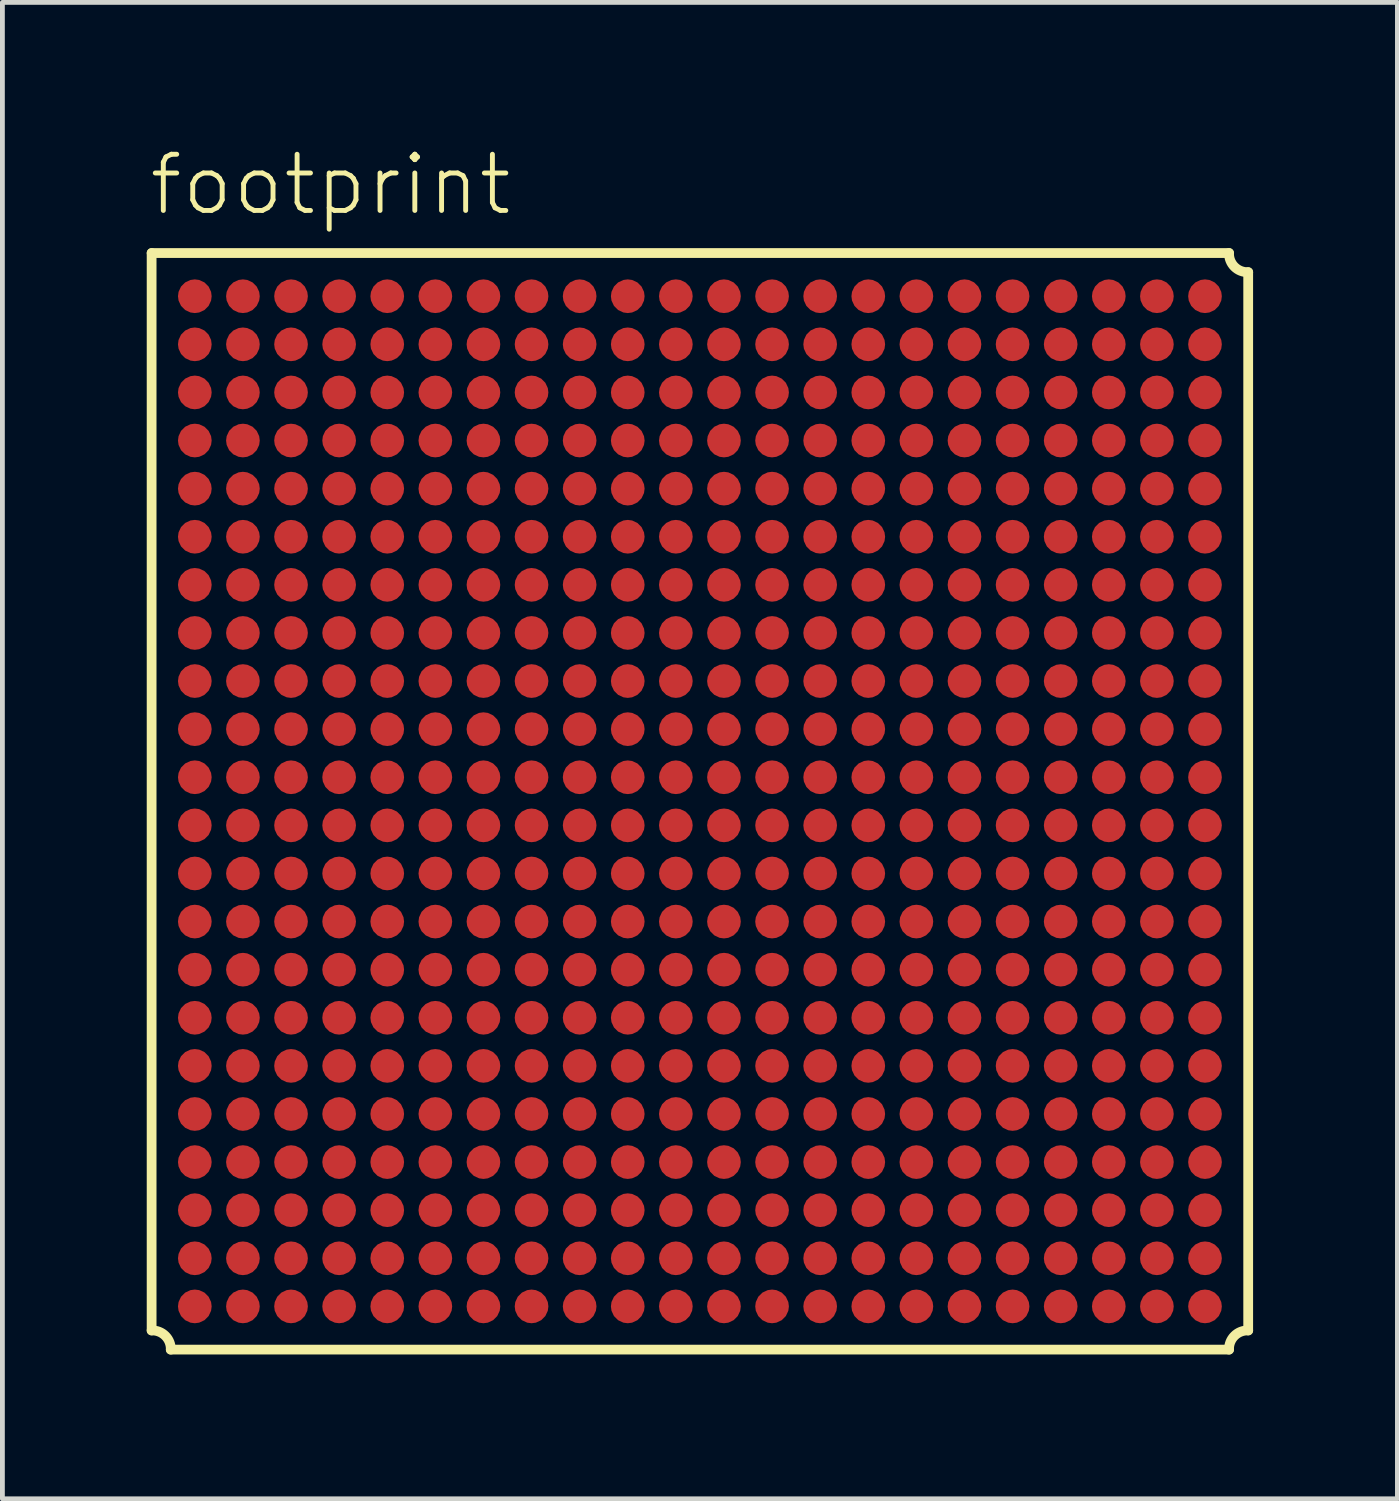
<source format=kicad_pcb>
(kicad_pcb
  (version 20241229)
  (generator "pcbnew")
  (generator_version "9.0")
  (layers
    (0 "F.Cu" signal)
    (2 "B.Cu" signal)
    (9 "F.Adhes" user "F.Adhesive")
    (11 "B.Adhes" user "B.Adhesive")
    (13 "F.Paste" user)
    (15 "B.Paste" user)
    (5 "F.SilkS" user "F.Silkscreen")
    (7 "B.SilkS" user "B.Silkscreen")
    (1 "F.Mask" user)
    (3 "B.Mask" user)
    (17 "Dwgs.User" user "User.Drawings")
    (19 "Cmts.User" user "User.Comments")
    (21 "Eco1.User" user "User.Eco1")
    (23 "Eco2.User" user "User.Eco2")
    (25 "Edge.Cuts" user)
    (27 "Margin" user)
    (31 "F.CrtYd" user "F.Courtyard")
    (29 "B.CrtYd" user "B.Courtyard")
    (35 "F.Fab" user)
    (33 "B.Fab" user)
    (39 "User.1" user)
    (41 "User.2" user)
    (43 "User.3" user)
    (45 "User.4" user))
  (footprint "footprint"
    (layer "F.Cu")
    (at 11.5 13.608)
    (property "Reference" "footprint" (at -11.5 -12.135 0) (layer "F.SilkS") (effects (font (size 1.168 1.168) (thickness 0.102)) (justify left bottom)))
    (fp_circle (center -10.5 -10.5) (end -10.35 -10.5) (stroke (width 0.3) (type solid)) (fill yes) (layer "F.Mask"))
    (fp_circle (center -10.5 -9.5) (end -10.35 -9.5) (stroke (width 0.3) (type solid)) (fill yes) (layer "F.Mask"))
    (fp_circle (center -10.5 -8.5) (end -10.35 -8.5) (stroke (width 0.3) (type solid)) (fill yes) (layer "F.Mask"))
    (fp_circle (center -10.5 -7.5) (end -10.35 -7.5) (stroke (width 0.3) (type solid)) (fill yes) (layer "F.Mask"))
    (fp_circle (center -10.5 -6.5) (end -10.35 -6.5) (stroke (width 0.3) (type solid)) (fill yes) (layer "F.Mask"))
    (fp_circle (center -10.5 -5.5) (end -10.35 -5.5) (stroke (width 0.3) (type solid)) (fill yes) (layer "F.Mask"))
    (fp_circle (center -10.5 -4.5) (end -10.35 -4.5) (stroke (width 0.3) (type solid)) (fill yes) (layer "F.Mask"))
    (fp_circle (center -10.5 -3.5) (end -10.35 -3.5) (stroke (width 0.3) (type solid)) (fill yes) (layer "F.Mask"))
    (fp_circle (center -10.5 -2.5) (end -10.35 -2.5) (stroke (width 0.3) (type solid)) (fill yes) (layer "F.Mask"))
    (fp_circle (center -10.5 -1.5) (end -10.35 -1.5) (stroke (width 0.3) (type solid)) (fill yes) (layer "F.Mask"))
    (fp_circle (center -10.5 -0.5) (end -10.35 -0.5) (stroke (width 0.3) (type solid)) (fill yes) (layer "F.Mask"))
    (fp_circle (center -10.5 0.5) (end -10.35 0.5) (stroke (width 0.3) (type solid)) (fill yes) (layer "F.Mask"))
    (fp_circle (center -10.5 1.5) (end -10.35 1.5) (stroke (width 0.3) (type solid)) (fill yes) (layer "F.Mask"))
    (fp_circle (center -10.5 2.5) (end -10.35 2.5) (stroke (width 0.3) (type solid)) (fill yes) (layer "F.Mask"))
    (fp_circle (center -10.5 3.5) (end -10.35 3.5) (stroke (width 0.3) (type solid)) (fill yes) (layer "F.Mask"))
    (fp_circle (center -10.5 4.5) (end -10.35 4.5) (stroke (width 0.3) (type solid)) (fill yes) (layer "F.Mask"))
    (fp_circle (center -10.5 5.5) (end -10.35 5.5) (stroke (width 0.3) (type solid)) (fill yes) (layer "F.Mask"))
    (fp_circle (center -10.5 6.5) (end -10.35 6.5) (stroke (width 0.3) (type solid)) (fill yes) (layer "F.Mask"))
    (fp_circle (center -10.5 7.5) (end -10.35 7.5) (stroke (width 0.3) (type solid)) (fill yes) (layer "F.Mask"))
    (fp_circle (center -10.5 8.5) (end -10.35 8.5) (stroke (width 0.3) (type solid)) (fill yes) (layer "F.Mask"))
    (fp_circle (center -10.5 9.5) (end -10.35 9.5) (stroke (width 0.3) (type solid)) (fill yes) (layer "F.Mask"))
    (fp_circle (center -10.5 10.5) (end -10.35 10.5) (stroke (width 0.3) (type solid)) (fill yes) (layer "F.Mask"))
    (fp_circle (center -9.5 -10.5) (end -9.35 -10.5) (stroke (width 0.3) (type solid)) (fill yes) (layer "F.Mask"))
    (fp_circle (center -9.5 -9.5) (end -9.35 -9.5) (stroke (width 0.3) (type solid)) (fill yes) (layer "F.Mask"))
    (fp_circle (center -9.5 -8.5) (end -9.35 -8.5) (stroke (width 0.3) (type solid)) (fill yes) (layer "F.Mask"))
    (fp_circle (center -9.5 -7.5) (end -9.35 -7.5) (stroke (width 0.3) (type solid)) (fill yes) (layer "F.Mask"))
    (fp_circle (center -9.5 -6.5) (end -9.35 -6.5) (stroke (width 0.3) (type solid)) (fill yes) (layer "F.Mask"))
    (fp_circle (center -9.5 -5.5) (end -9.35 -5.5) (stroke (width 0.3) (type solid)) (fill yes) (layer "F.Mask"))
    (fp_circle (center -9.5 -4.5) (end -9.35 -4.5) (stroke (width 0.3) (type solid)) (fill yes) (layer "F.Mask"))
    (fp_circle (center -9.5 -3.5) (end -9.35 -3.5) (stroke (width 0.3) (type solid)) (fill yes) (layer "F.Mask"))
    (fp_circle (center -9.5 -2.5) (end -9.35 -2.5) (stroke (width 0.3) (type solid)) (fill yes) (layer "F.Mask"))
    (fp_circle (center -9.5 -1.5) (end -9.35 -1.5) (stroke (width 0.3) (type solid)) (fill yes) (layer "F.Mask"))
    (fp_circle (center -9.5 -0.5) (end -9.35 -0.5) (stroke (width 0.3) (type solid)) (fill yes) (layer "F.Mask"))
    (fp_circle (center -9.5 0.5) (end -9.35 0.5) (stroke (width 0.3) (type solid)) (fill yes) (layer "F.Mask"))
    (fp_circle (center -9.5 1.5) (end -9.35 1.5) (stroke (width 0.3) (type solid)) (fill yes) (layer "F.Mask"))
    (fp_circle (center -9.5 2.5) (end -9.35 2.5) (stroke (width 0.3) (type solid)) (fill yes) (layer "F.Mask"))
    (fp_circle (center -9.5 3.5) (end -9.35 3.5) (stroke (width 0.3) (type solid)) (fill yes) (layer "F.Mask"))
    (fp_circle (center -9.5 4.5) (end -9.35 4.5) (stroke (width 0.3) (type solid)) (fill yes) (layer "F.Mask"))
    (fp_circle (center -9.5 5.5) (end -9.35 5.5) (stroke (width 0.3) (type solid)) (fill yes) (layer "F.Mask"))
    (fp_circle (center -9.5 6.5) (end -9.35 6.5) (stroke (width 0.3) (type solid)) (fill yes) (layer "F.Mask"))
    (fp_circle (center -9.5 7.5) (end -9.35 7.5) (stroke (width 0.3) (type solid)) (fill yes) (layer "F.Mask"))
    (fp_circle (center -9.5 8.5) (end -9.35 8.5) (stroke (width 0.3) (type solid)) (fill yes) (layer "F.Mask"))
    (fp_circle (center -9.5 9.5) (end -9.35 9.5) (stroke (width 0.3) (type solid)) (fill yes) (layer "F.Mask"))
    (fp_circle (center -9.5 10.5) (end -9.35 10.5) (stroke (width 0.3) (type solid)) (fill yes) (layer "F.Mask"))
    (fp_circle (center -8.5 -10.5) (end -8.35 -10.5) (stroke (width 0.3) (type solid)) (fill yes) (layer "F.Mask"))
    (fp_circle (center -8.5 -9.5) (end -8.35 -9.5) (stroke (width 0.3) (type solid)) (fill yes) (layer "F.Mask"))
    (fp_circle (center -8.5 -8.5) (end -8.35 -8.5) (stroke (width 0.3) (type solid)) (fill yes) (layer "F.Mask"))
    (fp_circle (center -8.5 -7.5) (end -8.35 -7.5) (stroke (width 0.3) (type solid)) (fill yes) (layer "F.Mask"))
    (fp_circle (center -8.5 -6.5) (end -8.35 -6.5) (stroke (width 0.3) (type solid)) (fill yes) (layer "F.Mask"))
    (fp_circle (center -8.5 -5.5) (end -8.35 -5.5) (stroke (width 0.3) (type solid)) (fill yes) (layer "F.Mask"))
    (fp_circle (center -8.5 -4.5) (end -8.35 -4.5) (stroke (width 0.3) (type solid)) (fill yes) (layer "F.Mask"))
    (fp_circle (center -8.5 -3.5) (end -8.35 -3.5) (stroke (width 0.3) (type solid)) (fill yes) (layer "F.Mask"))
    (fp_circle (center -8.5 -2.5) (end -8.35 -2.5) (stroke (width 0.3) (type solid)) (fill yes) (layer "F.Mask"))
    (fp_circle (center -8.5 -1.5) (end -8.35 -1.5) (stroke (width 0.3) (type solid)) (fill yes) (layer "F.Mask"))
    (fp_circle (center -8.5 -0.5) (end -8.35 -0.5) (stroke (width 0.3) (type solid)) (fill yes) (layer "F.Mask"))
    (fp_circle (center -8.5 0.5) (end -8.35 0.5) (stroke (width 0.3) (type solid)) (fill yes) (layer "F.Mask"))
    (fp_circle (center -8.5 1.5) (end -8.35 1.5) (stroke (width 0.3) (type solid)) (fill yes) (layer "F.Mask"))
    (fp_circle (center -8.5 2.5) (end -8.35 2.5) (stroke (width 0.3) (type solid)) (fill yes) (layer "F.Mask"))
    (fp_circle (center -8.5 3.5) (end -8.35 3.5) (stroke (width 0.3) (type solid)) (fill yes) (layer "F.Mask"))
    (fp_circle (center -8.5 4.5) (end -8.35 4.5) (stroke (width 0.3) (type solid)) (fill yes) (layer "F.Mask"))
    (fp_circle (center -8.5 5.5) (end -8.35 5.5) (stroke (width 0.3) (type solid)) (fill yes) (layer "F.Mask"))
    (fp_circle (center -8.5 6.5) (end -8.35 6.5) (stroke (width 0.3) (type solid)) (fill yes) (layer "F.Mask"))
    (fp_circle (center -8.5 7.5) (end -8.35 7.5) (stroke (width 0.3) (type solid)) (fill yes) (layer "F.Mask"))
    (fp_circle (center -8.5 8.5) (end -8.35 8.5) (stroke (width 0.3) (type solid)) (fill yes) (layer "F.Mask"))
    (fp_circle (center -8.5 9.5) (end -8.35 9.5) (stroke (width 0.3) (type solid)) (fill yes) (layer "F.Mask"))
    (fp_circle (center -8.5 10.5) (end -8.35 10.5) (stroke (width 0.3) (type solid)) (fill yes) (layer "F.Mask"))
    (fp_circle (center -7.5 -10.5) (end -7.35 -10.5) (stroke (width 0.3) (type solid)) (fill yes) (layer "F.Mask"))
    (fp_circle (center -7.5 -9.5) (end -7.35 -9.5) (stroke (width 0.3) (type solid)) (fill yes) (layer "F.Mask"))
    (fp_circle (center -7.5 -8.5) (end -7.35 -8.5) (stroke (width 0.3) (type solid)) (fill yes) (layer "F.Mask"))
    (fp_circle (center -7.5 -7.5) (end -7.35 -7.5) (stroke (width 0.3) (type solid)) (fill yes) (layer "F.Mask"))
    (fp_circle (center -7.5 -6.5) (end -7.35 -6.5) (stroke (width 0.3) (type solid)) (fill yes) (layer "F.Mask"))
    (fp_circle (center -7.5 -5.5) (end -7.35 -5.5) (stroke (width 0.3) (type solid)) (fill yes) (layer "F.Mask"))
    (fp_circle (center -7.5 -4.5) (end -7.35 -4.5) (stroke (width 0.3) (type solid)) (fill yes) (layer "F.Mask"))
    (fp_circle (center -7.5 -3.5) (end -7.35 -3.5) (stroke (width 0.3) (type solid)) (fill yes) (layer "F.Mask"))
    (fp_circle (center -7.5 -2.5) (end -7.35 -2.5) (stroke (width 0.3) (type solid)) (fill yes) (layer "F.Mask"))
    (fp_circle (center -7.5 -1.5) (end -7.35 -1.5) (stroke (width 0.3) (type solid)) (fill yes) (layer "F.Mask"))
    (fp_circle (center -7.5 -0.5) (end -7.35 -0.5) (stroke (width 0.3) (type solid)) (fill yes) (layer "F.Mask"))
    (fp_circle (center -7.5 0.5) (end -7.35 0.5) (stroke (width 0.3) (type solid)) (fill yes) (layer "F.Mask"))
    (fp_circle (center -7.5 1.5) (end -7.35 1.5) (stroke (width 0.3) (type solid)) (fill yes) (layer "F.Mask"))
    (fp_circle (center -7.5 2.5) (end -7.35 2.5) (stroke (width 0.3) (type solid)) (fill yes) (layer "F.Mask"))
    (fp_circle (center -7.5 3.5) (end -7.35 3.5) (stroke (width 0.3) (type solid)) (fill yes) (layer "F.Mask"))
    (fp_circle (center -7.5 4.5) (end -7.35 4.5) (stroke (width 0.3) (type solid)) (fill yes) (layer "F.Mask"))
    (fp_circle (center -7.5 5.5) (end -7.35 5.5) (stroke (width 0.3) (type solid)) (fill yes) (layer "F.Mask"))
    (fp_circle (center -7.5 6.5) (end -7.35 6.5) (stroke (width 0.3) (type solid)) (fill yes) (layer "F.Mask"))
    (fp_circle (center -7.5 7.5) (end -7.35 7.5) (stroke (width 0.3) (type solid)) (fill yes) (layer "F.Mask"))
    (fp_circle (center -7.5 8.5) (end -7.35 8.5) (stroke (width 0.3) (type solid)) (fill yes) (layer "F.Mask"))
    (fp_circle (center -7.5 9.5) (end -7.35 9.5) (stroke (width 0.3) (type solid)) (fill yes) (layer "F.Mask"))
    (fp_circle (center -7.5 10.5) (end -7.35 10.5) (stroke (width 0.3) (type solid)) (fill yes) (layer "F.Mask"))
    (fp_circle (center -6.5 -10.5) (end -6.35 -10.5) (stroke (width 0.3) (type solid)) (fill yes) (layer "F.Mask"))
    (fp_circle (center -6.5 -9.5) (end -6.35 -9.5) (stroke (width 0.3) (type solid)) (fill yes) (layer "F.Mask"))
    (fp_circle (center -6.5 -8.5) (end -6.35 -8.5) (stroke (width 0.3) (type solid)) (fill yes) (layer "F.Mask"))
    (fp_circle (center -6.5 -7.5) (end -6.35 -7.5) (stroke (width 0.3) (type solid)) (fill yes) (layer "F.Mask"))
    (fp_circle (center -6.5 -6.5) (end -6.35 -6.5) (stroke (width 0.3) (type solid)) (fill yes) (layer "F.Mask"))
    (fp_circle (center -6.5 -5.5) (end -6.35 -5.5) (stroke (width 0.3) (type solid)) (fill yes) (layer "F.Mask"))
    (fp_circle (center -6.5 -4.5) (end -6.35 -4.5) (stroke (width 0.3) (type solid)) (fill yes) (layer "F.Mask"))
    (fp_circle (center -6.5 -3.5) (end -6.35 -3.5) (stroke (width 0.3) (type solid)) (fill yes) (layer "F.Mask"))
    (fp_circle (center -6.5 -2.5) (end -6.35 -2.5) (stroke (width 0.3) (type solid)) (fill yes) (layer "F.Mask"))
    (fp_circle (center -6.5 -1.5) (end -6.35 -1.5) (stroke (width 0.3) (type solid)) (fill yes) (layer "F.Mask"))
    (fp_circle (center -6.5 -0.5) (end -6.35 -0.5) (stroke (width 0.3) (type solid)) (fill yes) (layer "F.Mask"))
    (fp_circle (center -6.5 0.5) (end -6.35 0.5) (stroke (width 0.3) (type solid)) (fill yes) (layer "F.Mask"))
    (fp_circle (center -6.5 1.5) (end -6.35 1.5) (stroke (width 0.3) (type solid)) (fill yes) (layer "F.Mask"))
    (fp_circle (center -6.5 2.5) (end -6.35 2.5) (stroke (width 0.3) (type solid)) (fill yes) (layer "F.Mask"))
    (fp_circle (center -6.5 3.5) (end -6.35 3.5) (stroke (width 0.3) (type solid)) (fill yes) (layer "F.Mask"))
    (fp_circle (center -6.5 4.5) (end -6.35 4.5) (stroke (width 0.3) (type solid)) (fill yes) (layer "F.Mask"))
    (fp_circle (center -6.5 5.5) (end -6.35 5.5) (stroke (width 0.3) (type solid)) (fill yes) (layer "F.Mask"))
    (fp_circle (center -6.5 6.5) (end -6.35 6.5) (stroke (width 0.3) (type solid)) (fill yes) (layer "F.Mask"))
    (fp_circle (center -6.5 7.5) (end -6.35 7.5) (stroke (width 0.3) (type solid)) (fill yes) (layer "F.Mask"))
    (fp_circle (center -6.5 8.5) (end -6.35 8.5) (stroke (width 0.3) (type solid)) (fill yes) (layer "F.Mask"))
    (fp_circle (center -6.5 9.5) (end -6.35 9.5) (stroke (width 0.3) (type solid)) (fill yes) (layer "F.Mask"))
    (fp_circle (center -6.5 10.5) (end -6.35 10.5) (stroke (width 0.3) (type solid)) (fill yes) (layer "F.Mask"))
    (fp_circle (center -5.5 -10.5) (end -5.35 -10.5) (stroke (width 0.3) (type solid)) (fill yes) (layer "F.Mask"))
    (fp_circle (center -5.5 -9.5) (end -5.35 -9.5) (stroke (width 0.3) (type solid)) (fill yes) (layer "F.Mask"))
    (fp_circle (center -5.5 -8.5) (end -5.35 -8.5) (stroke (width 0.3) (type solid)) (fill yes) (layer "F.Mask"))
    (fp_circle (center -5.5 -7.5) (end -5.35 -7.5) (stroke (width 0.3) (type solid)) (fill yes) (layer "F.Mask"))
    (fp_circle (center -5.5 -6.5) (end -5.35 -6.5) (stroke (width 0.3) (type solid)) (fill yes) (layer "F.Mask"))
    (fp_circle (center -5.5 -5.5) (end -5.35 -5.5) (stroke (width 0.3) (type solid)) (fill yes) (layer "F.Mask"))
    (fp_circle (center -5.5 -4.5) (end -5.35 -4.5) (stroke (width 0.3) (type solid)) (fill yes) (layer "F.Mask"))
    (fp_circle (center -5.5 -3.5) (end -5.35 -3.5) (stroke (width 0.3) (type solid)) (fill yes) (layer "F.Mask"))
    (fp_circle (center -5.5 -2.5) (end -5.35 -2.5) (stroke (width 0.3) (type solid)) (fill yes) (layer "F.Mask"))
    (fp_circle (center -5.5 -1.5) (end -5.35 -1.5) (stroke (width 0.3) (type solid)) (fill yes) (layer "F.Mask"))
    (fp_circle (center -5.5 -0.5) (end -5.35 -0.5) (stroke (width 0.3) (type solid)) (fill yes) (layer "F.Mask"))
    (fp_circle (center -5.5 0.5) (end -5.35 0.5) (stroke (width 0.3) (type solid)) (fill yes) (layer "F.Mask"))
    (fp_circle (center -5.5 1.5) (end -5.35 1.5) (stroke (width 0.3) (type solid)) (fill yes) (layer "F.Mask"))
    (fp_circle (center -5.5 2.5) (end -5.35 2.5) (stroke (width 0.3) (type solid)) (fill yes) (layer "F.Mask"))
    (fp_circle (center -5.5 3.5) (end -5.35 3.5) (stroke (width 0.3) (type solid)) (fill yes) (layer "F.Mask"))
    (fp_circle (center -5.5 4.5) (end -5.35 4.5) (stroke (width 0.3) (type solid)) (fill yes) (layer "F.Mask"))
    (fp_circle (center -5.5 5.5) (end -5.35 5.5) (stroke (width 0.3) (type solid)) (fill yes) (layer "F.Mask"))
    (fp_circle (center -5.5 6.5) (end -5.35 6.5) (stroke (width 0.3) (type solid)) (fill yes) (layer "F.Mask"))
    (fp_circle (center -5.5 7.5) (end -5.35 7.5) (stroke (width 0.3) (type solid)) (fill yes) (layer "F.Mask"))
    (fp_circle (center -5.5 8.5) (end -5.35 8.5) (stroke (width 0.3) (type solid)) (fill yes) (layer "F.Mask"))
    (fp_circle (center -5.5 9.5) (end -5.35 9.5) (stroke (width 0.3) (type solid)) (fill yes) (layer "F.Mask"))
    (fp_circle (center -5.5 10.5) (end -5.35 10.5) (stroke (width 0.3) (type solid)) (fill yes) (layer "F.Mask"))
    (fp_circle (center -4.5 -10.5) (end -4.35 -10.5) (stroke (width 0.3) (type solid)) (fill yes) (layer "F.Mask"))
    (fp_circle (center -4.5 -9.5) (end -4.35 -9.5) (stroke (width 0.3) (type solid)) (fill yes) (layer "F.Mask"))
    (fp_circle (center -4.5 -8.5) (end -4.35 -8.5) (stroke (width 0.3) (type solid)) (fill yes) (layer "F.Mask"))
    (fp_circle (center -4.5 -7.5) (end -4.35 -7.5) (stroke (width 0.3) (type solid)) (fill yes) (layer "F.Mask"))
    (fp_circle (center -4.5 -6.5) (end -4.35 -6.5) (stroke (width 0.3) (type solid)) (fill yes) (layer "F.Mask"))
    (fp_circle (center -4.5 -5.5) (end -4.35 -5.5) (stroke (width 0.3) (type solid)) (fill yes) (layer "F.Mask"))
    (fp_circle (center -4.5 -4.5) (end -4.35 -4.5) (stroke (width 0.3) (type solid)) (fill yes) (layer "F.Mask"))
    (fp_circle (center -4.5 -3.5) (end -4.35 -3.5) (stroke (width 0.3) (type solid)) (fill yes) (layer "F.Mask"))
    (fp_circle (center -4.5 -2.5) (end -4.35 -2.5) (stroke (width 0.3) (type solid)) (fill yes) (layer "F.Mask"))
    (fp_circle (center -4.5 -1.5) (end -4.35 -1.5) (stroke (width 0.3) (type solid)) (fill yes) (layer "F.Mask"))
    (fp_circle (center -4.5 -0.5) (end -4.35 -0.5) (stroke (width 0.3) (type solid)) (fill yes) (layer "F.Mask"))
    (fp_circle (center -4.5 0.5) (end -4.35 0.5) (stroke (width 0.3) (type solid)) (fill yes) (layer "F.Mask"))
    (fp_circle (center -4.5 1.5) (end -4.35 1.5) (stroke (width 0.3) (type solid)) (fill yes) (layer "F.Mask"))
    (fp_circle (center -4.5 2.5) (end -4.35 2.5) (stroke (width 0.3) (type solid)) (fill yes) (layer "F.Mask"))
    (fp_circle (center -4.5 3.5) (end -4.35 3.5) (stroke (width 0.3) (type solid)) (fill yes) (layer "F.Mask"))
    (fp_circle (center -4.5 4.5) (end -4.35 4.5) (stroke (width 0.3) (type solid)) (fill yes) (layer "F.Mask"))
    (fp_circle (center -4.5 5.5) (end -4.35 5.5) (stroke (width 0.3) (type solid)) (fill yes) (layer "F.Mask"))
    (fp_circle (center -4.5 6.5) (end -4.35 6.5) (stroke (width 0.3) (type solid)) (fill yes) (layer "F.Mask"))
    (fp_circle (center -4.5 7.5) (end -4.35 7.5) (stroke (width 0.3) (type solid)) (fill yes) (layer "F.Mask"))
    (fp_circle (center -4.5 8.5) (end -4.35 8.5) (stroke (width 0.3) (type solid)) (fill yes) (layer "F.Mask"))
    (fp_circle (center -4.5 9.5) (end -4.35 9.5) (stroke (width 0.3) (type solid)) (fill yes) (layer "F.Mask"))
    (fp_circle (center -4.5 10.5) (end -4.35 10.5) (stroke (width 0.3) (type solid)) (fill yes) (layer "F.Mask"))
    (fp_circle (center -3.5 -10.5) (end -3.35 -10.5) (stroke (width 0.3) (type solid)) (fill yes) (layer "F.Mask"))
    (fp_circle (center -3.5 -9.5) (end -3.35 -9.5) (stroke (width 0.3) (type solid)) (fill yes) (layer "F.Mask"))
    (fp_circle (center -3.5 -8.5) (end -3.35 -8.5) (stroke (width 0.3) (type solid)) (fill yes) (layer "F.Mask"))
    (fp_circle (center -3.5 -7.5) (end -3.35 -7.5) (stroke (width 0.3) (type solid)) (fill yes) (layer "F.Mask"))
    (fp_circle (center -3.5 -6.5) (end -3.35 -6.5) (stroke (width 0.3) (type solid)) (fill yes) (layer "F.Mask"))
    (fp_circle (center -3.5 -5.5) (end -3.35 -5.5) (stroke (width 0.3) (type solid)) (fill yes) (layer "F.Mask"))
    (fp_circle (center -3.5 -4.5) (end -3.35 -4.5) (stroke (width 0.3) (type solid)) (fill yes) (layer "F.Mask"))
    (fp_circle (center -3.5 -3.5) (end -3.35 -3.5) (stroke (width 0.3) (type solid)) (fill yes) (layer "F.Mask"))
    (fp_circle (center -3.5 -2.5) (end -3.35 -2.5) (stroke (width 0.3) (type solid)) (fill yes) (layer "F.Mask"))
    (fp_circle (center -3.5 -1.5) (end -3.35 -1.5) (stroke (width 0.3) (type solid)) (fill yes) (layer "F.Mask"))
    (fp_circle (center -3.5 -0.5) (end -3.35 -0.5) (stroke (width 0.3) (type solid)) (fill yes) (layer "F.Mask"))
    (fp_circle (center -3.5 0.5) (end -3.35 0.5) (stroke (width 0.3) (type solid)) (fill yes) (layer "F.Mask"))
    (fp_circle (center -3.5 1.5) (end -3.35 1.5) (stroke (width 0.3) (type solid)) (fill yes) (layer "F.Mask"))
    (fp_circle (center -3.5 2.5) (end -3.35 2.5) (stroke (width 0.3) (type solid)) (fill yes) (layer "F.Mask"))
    (fp_circle (center -3.5 3.5) (end -3.35 3.5) (stroke (width 0.3) (type solid)) (fill yes) (layer "F.Mask"))
    (fp_circle (center -3.5 4.5) (end -3.35 4.5) (stroke (width 0.3) (type solid)) (fill yes) (layer "F.Mask"))
    (fp_circle (center -3.5 5.5) (end -3.35 5.5) (stroke (width 0.3) (type solid)) (fill yes) (layer "F.Mask"))
    (fp_circle (center -3.5 6.5) (end -3.35 6.5) (stroke (width 0.3) (type solid)) (fill yes) (layer "F.Mask"))
    (fp_circle (center -3.5 7.5) (end -3.35 7.5) (stroke (width 0.3) (type solid)) (fill yes) (layer "F.Mask"))
    (fp_circle (center -3.5 8.5) (end -3.35 8.5) (stroke (width 0.3) (type solid)) (fill yes) (layer "F.Mask"))
    (fp_circle (center -3.5 9.5) (end -3.35 9.5) (stroke (width 0.3) (type solid)) (fill yes) (layer "F.Mask"))
    (fp_circle (center -3.5 10.5) (end -3.35 10.5) (stroke (width 0.3) (type solid)) (fill yes) (layer "F.Mask"))
    (fp_circle (center -2.5 -10.5) (end -2.35 -10.5) (stroke (width 0.3) (type solid)) (fill yes) (layer "F.Mask"))
    (fp_circle (center -2.5 -9.5) (end -2.35 -9.5) (stroke (width 0.3) (type solid)) (fill yes) (layer "F.Mask"))
    (fp_circle (center -2.5 -8.5) (end -2.35 -8.5) (stroke (width 0.3) (type solid)) (fill yes) (layer "F.Mask"))
    (fp_circle (center -2.5 -7.5) (end -2.35 -7.5) (stroke (width 0.3) (type solid)) (fill yes) (layer "F.Mask"))
    (fp_circle (center -2.5 -6.5) (end -2.35 -6.5) (stroke (width 0.3) (type solid)) (fill yes) (layer "F.Mask"))
    (fp_circle (center -2.5 -5.5) (end -2.35 -5.5) (stroke (width 0.3) (type solid)) (fill yes) (layer "F.Mask"))
    (fp_circle (center -2.5 -4.5) (end -2.35 -4.5) (stroke (width 0.3) (type solid)) (fill yes) (layer "F.Mask"))
    (fp_circle (center -2.5 -3.5) (end -2.35 -3.5) (stroke (width 0.3) (type solid)) (fill yes) (layer "F.Mask"))
    (fp_circle (center -2.5 -2.5) (end -2.35 -2.5) (stroke (width 0.3) (type solid)) (fill yes) (layer "F.Mask"))
    (fp_circle (center -2.5 -1.5) (end -2.35 -1.5) (stroke (width 0.3) (type solid)) (fill yes) (layer "F.Mask"))
    (fp_circle (center -2.5 -0.5) (end -2.35 -0.5) (stroke (width 0.3) (type solid)) (fill yes) (layer "F.Mask"))
    (fp_circle (center -2.5 0.5) (end -2.35 0.5) (stroke (width 0.3) (type solid)) (fill yes) (layer "F.Mask"))
    (fp_circle (center -2.5 1.5) (end -2.35 1.5) (stroke (width 0.3) (type solid)) (fill yes) (layer "F.Mask"))
    (fp_circle (center -2.5 2.5) (end -2.35 2.5) (stroke (width 0.3) (type solid)) (fill yes) (layer "F.Mask"))
    (fp_circle (center -2.5 3.5) (end -2.35 3.5) (stroke (width 0.3) (type solid)) (fill yes) (layer "F.Mask"))
    (fp_circle (center -2.5 4.5) (end -2.35 4.5) (stroke (width 0.3) (type solid)) (fill yes) (layer "F.Mask"))
    (fp_circle (center -2.5 5.5) (end -2.35 5.5) (stroke (width 0.3) (type solid)) (fill yes) (layer "F.Mask"))
    (fp_circle (center -2.5 6.5) (end -2.35 6.5) (stroke (width 0.3) (type solid)) (fill yes) (layer "F.Mask"))
    (fp_circle (center -2.5 7.5) (end -2.35 7.5) (stroke (width 0.3) (type solid)) (fill yes) (layer "F.Mask"))
    (fp_circle (center -2.5 8.5) (end -2.35 8.5) (stroke (width 0.3) (type solid)) (fill yes) (layer "F.Mask"))
    (fp_circle (center -2.5 9.5) (end -2.35 9.5) (stroke (width 0.3) (type solid)) (fill yes) (layer "F.Mask"))
    (fp_circle (center -2.5 10.5) (end -2.35 10.5) (stroke (width 0.3) (type solid)) (fill yes) (layer "F.Mask"))
    (fp_circle (center -1.5 -10.5) (end -1.35 -10.5) (stroke (width 0.3) (type solid)) (fill yes) (layer "F.Mask"))
    (fp_circle (center -1.5 -9.5) (end -1.35 -9.5) (stroke (width 0.3) (type solid)) (fill yes) (layer "F.Mask"))
    (fp_circle (center -1.5 -8.5) (end -1.35 -8.5) (stroke (width 0.3) (type solid)) (fill yes) (layer "F.Mask"))
    (fp_circle (center -1.5 -7.5) (end -1.35 -7.5) (stroke (width 0.3) (type solid)) (fill yes) (layer "F.Mask"))
    (fp_circle (center -1.5 -6.5) (end -1.35 -6.5) (stroke (width 0.3) (type solid)) (fill yes) (layer "F.Mask"))
    (fp_circle (center -1.5 -5.5) (end -1.35 -5.5) (stroke (width 0.3) (type solid)) (fill yes) (layer "F.Mask"))
    (fp_circle (center -1.5 -4.5) (end -1.35 -4.5) (stroke (width 0.3) (type solid)) (fill yes) (layer "F.Mask"))
    (fp_circle (center -1.5 -3.5) (end -1.35 -3.5) (stroke (width 0.3) (type solid)) (fill yes) (layer "F.Mask"))
    (fp_circle (center -1.5 -2.5) (end -1.35 -2.5) (stroke (width 0.3) (type solid)) (fill yes) (layer "F.Mask"))
    (fp_circle (center -1.5 -1.5) (end -1.35 -1.5) (stroke (width 0.3) (type solid)) (fill yes) (layer "F.Mask"))
    (fp_circle (center -1.5 -0.5) (end -1.35 -0.5) (stroke (width 0.3) (type solid)) (fill yes) (layer "F.Mask"))
    (fp_circle (center -1.5 0.5) (end -1.35 0.5) (stroke (width 0.3) (type solid)) (fill yes) (layer "F.Mask"))
    (fp_circle (center -1.5 1.5) (end -1.35 1.5) (stroke (width 0.3) (type solid)) (fill yes) (layer "F.Mask"))
    (fp_circle (center -1.5 2.5) (end -1.35 2.5) (stroke (width 0.3) (type solid)) (fill yes) (layer "F.Mask"))
    (fp_circle (center -1.5 3.5) (end -1.35 3.5) (stroke (width 0.3) (type solid)) (fill yes) (layer "F.Mask"))
    (fp_circle (center -1.5 4.5) (end -1.35 4.5) (stroke (width 0.3) (type solid)) (fill yes) (layer "F.Mask"))
    (fp_circle (center -1.5 5.5) (end -1.35 5.5) (stroke (width 0.3) (type solid)) (fill yes) (layer "F.Mask"))
    (fp_circle (center -1.5 6.5) (end -1.35 6.5) (stroke (width 0.3) (type solid)) (fill yes) (layer "F.Mask"))
    (fp_circle (center -1.5 7.5) (end -1.35 7.5) (stroke (width 0.3) (type solid)) (fill yes) (layer "F.Mask"))
    (fp_circle (center -1.5 8.5) (end -1.35 8.5) (stroke (width 0.3) (type solid)) (fill yes) (layer "F.Mask"))
    (fp_circle (center -1.5 9.5) (end -1.35 9.5) (stroke (width 0.3) (type solid)) (fill yes) (layer "F.Mask"))
    (fp_circle (center -1.5 10.5) (end -1.35 10.5) (stroke (width 0.3) (type solid)) (fill yes) (layer "F.Mask"))
    (fp_circle (center -0.5 -10.5) (end -0.35 -10.5) (stroke (width 0.3) (type solid)) (fill yes) (layer "F.Mask"))
    (fp_circle (center -0.5 -9.5) (end -0.35 -9.5) (stroke (width 0.3) (type solid)) (fill yes) (layer "F.Mask"))
    (fp_circle (center -0.5 -8.5) (end -0.35 -8.5) (stroke (width 0.3) (type solid)) (fill yes) (layer "F.Mask"))
    (fp_circle (center -0.5 -7.5) (end -0.35 -7.5) (stroke (width 0.3) (type solid)) (fill yes) (layer "F.Mask"))
    (fp_circle (center -0.5 -6.5) (end -0.35 -6.5) (stroke (width 0.3) (type solid)) (fill yes) (layer "F.Mask"))
    (fp_circle (center -0.5 -5.5) (end -0.35 -5.5) (stroke (width 0.3) (type solid)) (fill yes) (layer "F.Mask"))
    (fp_circle (center -0.5 -4.5) (end -0.35 -4.5) (stroke (width 0.3) (type solid)) (fill yes) (layer "F.Mask"))
    (fp_circle (center -0.5 -3.5) (end -0.35 -3.5) (stroke (width 0.3) (type solid)) (fill yes) (layer "F.Mask"))
    (fp_circle (center -0.5 -2.5) (end -0.35 -2.5) (stroke (width 0.3) (type solid)) (fill yes) (layer "F.Mask"))
    (fp_circle (center -0.5 -1.5) (end -0.35 -1.5) (stroke (width 0.3) (type solid)) (fill yes) (layer "F.Mask"))
    (fp_circle (center -0.5 -0.5) (end -0.35 -0.5) (stroke (width 0.3) (type solid)) (fill yes) (layer "F.Mask"))
    (fp_circle (center -0.5 0.5) (end -0.35 0.5) (stroke (width 0.3) (type solid)) (fill yes) (layer "F.Mask"))
    (fp_circle (center -0.5 1.5) (end -0.35 1.5) (stroke (width 0.3) (type solid)) (fill yes) (layer "F.Mask"))
    (fp_circle (center -0.5 2.5) (end -0.35 2.5) (stroke (width 0.3) (type solid)) (fill yes) (layer "F.Mask"))
    (fp_circle (center -0.5 3.5) (end -0.35 3.5) (stroke (width 0.3) (type solid)) (fill yes) (layer "F.Mask"))
    (fp_circle (center -0.5 4.5) (end -0.35 4.5) (stroke (width 0.3) (type solid)) (fill yes) (layer "F.Mask"))
    (fp_circle (center -0.5 5.5) (end -0.35 5.5) (stroke (width 0.3) (type solid)) (fill yes) (layer "F.Mask"))
    (fp_circle (center -0.5 6.5) (end -0.35 6.5) (stroke (width 0.3) (type solid)) (fill yes) (layer "F.Mask"))
    (fp_circle (center -0.5 7.5) (end -0.35 7.5) (stroke (width 0.3) (type solid)) (fill yes) (layer "F.Mask"))
    (fp_circle (center -0.5 8.5) (end -0.35 8.5) (stroke (width 0.3) (type solid)) (fill yes) (layer "F.Mask"))
    (fp_circle (center -0.5 9.5) (end -0.35 9.5) (stroke (width 0.3) (type solid)) (fill yes) (layer "F.Mask"))
    (fp_circle (center -0.5 10.5) (end -0.35 10.5) (stroke (width 0.3) (type solid)) (fill yes) (layer "F.Mask"))
    (fp_circle (center 0.5 -10.5) (end 0.65 -10.5) (stroke (width 0.3) (type solid)) (fill yes) (layer "F.Mask"))
    (fp_circle (center 0.5 -9.5) (end 0.65 -9.5) (stroke (width 0.3) (type solid)) (fill yes) (layer "F.Mask"))
    (fp_circle (center 0.5 -8.5) (end 0.65 -8.5) (stroke (width 0.3) (type solid)) (fill yes) (layer "F.Mask"))
    (fp_circle (center 0.5 -7.5) (end 0.65 -7.5) (stroke (width 0.3) (type solid)) (fill yes) (layer "F.Mask"))
    (fp_circle (center 0.5 -6.5) (end 0.65 -6.5) (stroke (width 0.3) (type solid)) (fill yes) (layer "F.Mask"))
    (fp_circle (center 0.5 -5.5) (end 0.65 -5.5) (stroke (width 0.3) (type solid)) (fill yes) (layer "F.Mask"))
    (fp_circle (center 0.5 -4.5) (end 0.65 -4.5) (stroke (width 0.3) (type solid)) (fill yes) (layer "F.Mask"))
    (fp_circle (center 0.5 -3.5) (end 0.65 -3.5) (stroke (width 0.3) (type solid)) (fill yes) (layer "F.Mask"))
    (fp_circle (center 0.5 -2.5) (end 0.65 -2.5) (stroke (width 0.3) (type solid)) (fill yes) (layer "F.Mask"))
    (fp_circle (center 0.5 -1.5) (end 0.65 -1.5) (stroke (width 0.3) (type solid)) (fill yes) (layer "F.Mask"))
    (fp_circle (center 0.5 -0.5) (end 0.65 -0.5) (stroke (width 0.3) (type solid)) (fill yes) (layer "F.Mask"))
    (fp_circle (center 0.5 0.5) (end 0.65 0.5) (stroke (width 0.3) (type solid)) (fill yes) (layer "F.Mask"))
    (fp_circle (center 0.5 1.5) (end 0.65 1.5) (stroke (width 0.3) (type solid)) (fill yes) (layer "F.Mask"))
    (fp_circle (center 0.5 2.5) (end 0.65 2.5) (stroke (width 0.3) (type solid)) (fill yes) (layer "F.Mask"))
    (fp_circle (center 0.5 3.5) (end 0.65 3.5) (stroke (width 0.3) (type solid)) (fill yes) (layer "F.Mask"))
    (fp_circle (center 0.5 4.5) (end 0.65 4.5) (stroke (width 0.3) (type solid)) (fill yes) (layer "F.Mask"))
    (fp_circle (center 0.5 5.5) (end 0.65 5.5) (stroke (width 0.3) (type solid)) (fill yes) (layer "F.Mask"))
    (fp_circle (center 0.5 6.5) (end 0.65 6.5) (stroke (width 0.3) (type solid)) (fill yes) (layer "F.Mask"))
    (fp_circle (center 0.5 7.5) (end 0.65 7.5) (stroke (width 0.3) (type solid)) (fill yes) (layer "F.Mask"))
    (fp_circle (center 0.5 8.5) (end 0.65 8.5) (stroke (width 0.3) (type solid)) (fill yes) (layer "F.Mask"))
    (fp_circle (center 0.5 9.5) (end 0.65 9.5) (stroke (width 0.3) (type solid)) (fill yes) (layer "F.Mask"))
    (fp_circle (center 0.5 10.5) (end 0.65 10.5) (stroke (width 0.3) (type solid)) (fill yes) (layer "F.Mask"))
    (fp_circle (center 1.5 -10.5) (end 1.65 -10.5) (stroke (width 0.3) (type solid)) (fill yes) (layer "F.Mask"))
    (fp_circle (center 1.5 -9.5) (end 1.65 -9.5) (stroke (width 0.3) (type solid)) (fill yes) (layer "F.Mask"))
    (fp_circle (center 1.5 -8.5) (end 1.65 -8.5) (stroke (width 0.3) (type solid)) (fill yes) (layer "F.Mask"))
    (fp_circle (center 1.5 -7.5) (end 1.65 -7.5) (stroke (width 0.3) (type solid)) (fill yes) (layer "F.Mask"))
    (fp_circle (center 1.5 -6.5) (end 1.65 -6.5) (stroke (width 0.3) (type solid)) (fill yes) (layer "F.Mask"))
    (fp_circle (center 1.5 -5.5) (end 1.65 -5.5) (stroke (width 0.3) (type solid)) (fill yes) (layer "F.Mask"))
    (fp_circle (center 1.5 -4.5) (end 1.65 -4.5) (stroke (width 0.3) (type solid)) (fill yes) (layer "F.Mask"))
    (fp_circle (center 1.5 -3.5) (end 1.65 -3.5) (stroke (width 0.3) (type solid)) (fill yes) (layer "F.Mask"))
    (fp_circle (center 1.5 -2.5) (end 1.65 -2.5) (stroke (width 0.3) (type solid)) (fill yes) (layer "F.Mask"))
    (fp_circle (center 1.5 -1.5) (end 1.65 -1.5) (stroke (width 0.3) (type solid)) (fill yes) (layer "F.Mask"))
    (fp_circle (center 1.5 -0.5) (end 1.65 -0.5) (stroke (width 0.3) (type solid)) (fill yes) (layer "F.Mask"))
    (fp_circle (center 1.5 0.5) (end 1.65 0.5) (stroke (width 0.3) (type solid)) (fill yes) (layer "F.Mask"))
    (fp_circle (center 1.5 1.5) (end 1.65 1.5) (stroke (width 0.3) (type solid)) (fill yes) (layer "F.Mask"))
    (fp_circle (center 1.5 2.5) (end 1.65 2.5) (stroke (width 0.3) (type solid)) (fill yes) (layer "F.Mask"))
    (fp_circle (center 1.5 3.5) (end 1.65 3.5) (stroke (width 0.3) (type solid)) (fill yes) (layer "F.Mask"))
    (fp_circle (center 1.5 4.5) (end 1.65 4.5) (stroke (width 0.3) (type solid)) (fill yes) (layer "F.Mask"))
    (fp_circle (center 1.5 5.5) (end 1.65 5.5) (stroke (width 0.3) (type solid)) (fill yes) (layer "F.Mask"))
    (fp_circle (center 1.5 6.5) (end 1.65 6.5) (stroke (width 0.3) (type solid)) (fill yes) (layer "F.Mask"))
    (fp_circle (center 1.5 7.5) (end 1.65 7.5) (stroke (width 0.3) (type solid)) (fill yes) (layer "F.Mask"))
    (fp_circle (center 1.5 8.5) (end 1.65 8.5) (stroke (width 0.3) (type solid)) (fill yes) (layer "F.Mask"))
    (fp_circle (center 1.5 9.5) (end 1.65 9.5) (stroke (width 0.3) (type solid)) (fill yes) (layer "F.Mask"))
    (fp_circle (center 1.5 10.5) (end 1.65 10.5) (stroke (width 0.3) (type solid)) (fill yes) (layer "F.Mask"))
    (fp_circle (center 2.5 -10.5) (end 2.65 -10.5) (stroke (width 0.3) (type solid)) (fill yes) (layer "F.Mask"))
    (fp_circle (center 2.5 -9.5) (end 2.65 -9.5) (stroke (width 0.3) (type solid)) (fill yes) (layer "F.Mask"))
    (fp_circle (center 2.5 -8.5) (end 2.65 -8.5) (stroke (width 0.3) (type solid)) (fill yes) (layer "F.Mask"))
    (fp_circle (center 2.5 -7.5) (end 2.65 -7.5) (stroke (width 0.3) (type solid)) (fill yes) (layer "F.Mask"))
    (fp_circle (center 2.5 -6.5) (end 2.65 -6.5) (stroke (width 0.3) (type solid)) (fill yes) (layer "F.Mask"))
    (fp_circle (center 2.5 -5.5) (end 2.65 -5.5) (stroke (width 0.3) (type solid)) (fill yes) (layer "F.Mask"))
    (fp_circle (center 2.5 -4.5) (end 2.65 -4.5) (stroke (width 0.3) (type solid)) (fill yes) (layer "F.Mask"))
    (fp_circle (center 2.5 -3.5) (end 2.65 -3.5) (stroke (width 0.3) (type solid)) (fill yes) (layer "F.Mask"))
    (fp_circle (center 2.5 -2.5) (end 2.65 -2.5) (stroke (width 0.3) (type solid)) (fill yes) (layer "F.Mask"))
    (fp_circle (center 2.5 -1.5) (end 2.65 -1.5) (stroke (width 0.3) (type solid)) (fill yes) (layer "F.Mask"))
    (fp_circle (center 2.5 -0.5) (end 2.65 -0.5) (stroke (width 0.3) (type solid)) (fill yes) (layer "F.Mask"))
    (fp_circle (center 2.5 0.5) (end 2.65 0.5) (stroke (width 0.3) (type solid)) (fill yes) (layer "F.Mask"))
    (fp_circle (center 2.5 1.5) (end 2.65 1.5) (stroke (width 0.3) (type solid)) (fill yes) (layer "F.Mask"))
    (fp_circle (center 2.5 2.5) (end 2.65 2.5) (stroke (width 0.3) (type solid)) (fill yes) (layer "F.Mask"))
    (fp_circle (center 2.5 3.5) (end 2.65 3.5) (stroke (width 0.3) (type solid)) (fill yes) (layer "F.Mask"))
    (fp_circle (center 2.5 4.5) (end 2.65 4.5) (stroke (width 0.3) (type solid)) (fill yes) (layer "F.Mask"))
    (fp_circle (center 2.5 5.5) (end 2.65 5.5) (stroke (width 0.3) (type solid)) (fill yes) (layer "F.Mask"))
    (fp_circle (center 2.5 6.5) (end 2.65 6.5) (stroke (width 0.3) (type solid)) (fill yes) (layer "F.Mask"))
    (fp_circle (center 2.5 7.5) (end 2.65 7.5) (stroke (width 0.3) (type solid)) (fill yes) (layer "F.Mask"))
    (fp_circle (center 2.5 8.5) (end 2.65 8.5) (stroke (width 0.3) (type solid)) (fill yes) (layer "F.Mask"))
    (fp_circle (center 2.5 9.5) (end 2.65 9.5) (stroke (width 0.3) (type solid)) (fill yes) (layer "F.Mask"))
    (fp_circle (center 2.5 10.5) (end 2.65 10.5) (stroke (width 0.3) (type solid)) (fill yes) (layer "F.Mask"))
    (fp_circle (center 3.5 -10.5) (end 3.65 -10.5) (stroke (width 0.3) (type solid)) (fill yes) (layer "F.Mask"))
    (fp_circle (center 3.5 -9.5) (end 3.65 -9.5) (stroke (width 0.3) (type solid)) (fill yes) (layer "F.Mask"))
    (fp_circle (center 3.5 -8.5) (end 3.65 -8.5) (stroke (width 0.3) (type solid)) (fill yes) (layer "F.Mask"))
    (fp_circle (center 3.5 -7.5) (end 3.65 -7.5) (stroke (width 0.3) (type solid)) (fill yes) (layer "F.Mask"))
    (fp_circle (center 3.5 -6.5) (end 3.65 -6.5) (stroke (width 0.3) (type solid)) (fill yes) (layer "F.Mask"))
    (fp_circle (center 3.5 -5.5) (end 3.65 -5.5) (stroke (width 0.3) (type solid)) (fill yes) (layer "F.Mask"))
    (fp_circle (center 3.5 -4.5) (end 3.65 -4.5) (stroke (width 0.3) (type solid)) (fill yes) (layer "F.Mask"))
    (fp_circle (center 3.5 -3.5) (end 3.65 -3.5) (stroke (width 0.3) (type solid)) (fill yes) (layer "F.Mask"))
    (fp_circle (center 3.5 -2.5) (end 3.65 -2.5) (stroke (width 0.3) (type solid)) (fill yes) (layer "F.Mask"))
    (fp_circle (center 3.5 -1.5) (end 3.65 -1.5) (stroke (width 0.3) (type solid)) (fill yes) (layer "F.Mask"))
    (fp_circle (center 3.5 -0.5) (end 3.65 -0.5) (stroke (width 0.3) (type solid)) (fill yes) (layer "F.Mask"))
    (fp_circle (center 3.5 0.5) (end 3.65 0.5) (stroke (width 0.3) (type solid)) (fill yes) (layer "F.Mask"))
    (fp_circle (center 3.5 1.5) (end 3.65 1.5) (stroke (width 0.3) (type solid)) (fill yes) (layer "F.Mask"))
    (fp_circle (center 3.5 2.5) (end 3.65 2.5) (stroke (width 0.3) (type solid)) (fill yes) (layer "F.Mask"))
    (fp_circle (center 3.5 3.5) (end 3.65 3.5) (stroke (width 0.3) (type solid)) (fill yes) (layer "F.Mask"))
    (fp_circle (center 3.5 4.5) (end 3.65 4.5) (stroke (width 0.3) (type solid)) (fill yes) (layer "F.Mask"))
    (fp_circle (center 3.5 5.5) (end 3.65 5.5) (stroke (width 0.3) (type solid)) (fill yes) (layer "F.Mask"))
    (fp_circle (center 3.5 6.5) (end 3.65 6.5) (stroke (width 0.3) (type solid)) (fill yes) (layer "F.Mask"))
    (fp_circle (center 3.5 7.5) (end 3.65 7.5) (stroke (width 0.3) (type solid)) (fill yes) (layer "F.Mask"))
    (fp_circle (center 3.5 8.5) (end 3.65 8.5) (stroke (width 0.3) (type solid)) (fill yes) (layer "F.Mask"))
    (fp_circle (center 3.5 9.5) (end 3.65 9.5) (stroke (width 0.3) (type solid)) (fill yes) (layer "F.Mask"))
    (fp_circle (center 3.5 10.5) (end 3.65 10.5) (stroke (width 0.3) (type solid)) (fill yes) (layer "F.Mask"))
    (fp_circle (center 4.5 -10.5) (end 4.65 -10.5) (stroke (width 0.3) (type solid)) (fill yes) (layer "F.Mask"))
    (fp_circle (center 4.5 -9.5) (end 4.65 -9.5) (stroke (width 0.3) (type solid)) (fill yes) (layer "F.Mask"))
    (fp_circle (center 4.5 -8.5) (end 4.65 -8.5) (stroke (width 0.3) (type solid)) (fill yes) (layer "F.Mask"))
    (fp_circle (center 4.5 -7.5) (end 4.65 -7.5) (stroke (width 0.3) (type solid)) (fill yes) (layer "F.Mask"))
    (fp_circle (center 4.5 -6.5) (end 4.65 -6.5) (stroke (width 0.3) (type solid)) (fill yes) (layer "F.Mask"))
    (fp_circle (center 4.5 -5.5) (end 4.65 -5.5) (stroke (width 0.3) (type solid)) (fill yes) (layer "F.Mask"))
    (fp_circle (center 4.5 -4.5) (end 4.65 -4.5) (stroke (width 0.3) (type solid)) (fill yes) (layer "F.Mask"))
    (fp_circle (center 4.5 -3.5) (end 4.65 -3.5) (stroke (width 0.3) (type solid)) (fill yes) (layer "F.Mask"))
    (fp_circle (center 4.5 -2.5) (end 4.65 -2.5) (stroke (width 0.3) (type solid)) (fill yes) (layer "F.Mask"))
    (fp_circle (center 4.5 -1.5) (end 4.65 -1.5) (stroke (width 0.3) (type solid)) (fill yes) (layer "F.Mask"))
    (fp_circle (center 4.5 -0.5) (end 4.65 -0.5) (stroke (width 0.3) (type solid)) (fill yes) (layer "F.Mask"))
    (fp_circle (center 4.5 0.5) (end 4.65 0.5) (stroke (width 0.3) (type solid)) (fill yes) (layer "F.Mask"))
    (fp_circle (center 4.5 1.5) (end 4.65 1.5) (stroke (width 0.3) (type solid)) (fill yes) (layer "F.Mask"))
    (fp_circle (center 4.5 2.5) (end 4.65 2.5) (stroke (width 0.3) (type solid)) (fill yes) (layer "F.Mask"))
    (fp_circle (center 4.5 3.5) (end 4.65 3.5) (stroke (width 0.3) (type solid)) (fill yes) (layer "F.Mask"))
    (fp_circle (center 4.5 4.5) (end 4.65 4.5) (stroke (width 0.3) (type solid)) (fill yes) (layer "F.Mask"))
    (fp_circle (center 4.5 5.5) (end 4.65 5.5) (stroke (width 0.3) (type solid)) (fill yes) (layer "F.Mask"))
    (fp_circle (center 4.5 6.5) (end 4.65 6.5) (stroke (width 0.3) (type solid)) (fill yes) (layer "F.Mask"))
    (fp_circle (center 4.5 7.5) (end 4.65 7.5) (stroke (width 0.3) (type solid)) (fill yes) (layer "F.Mask"))
    (fp_circle (center 4.5 8.5) (end 4.65 8.5) (stroke (width 0.3) (type solid)) (fill yes) (layer "F.Mask"))
    (fp_circle (center 4.5 9.5) (end 4.65 9.5) (stroke (width 0.3) (type solid)) (fill yes) (layer "F.Mask"))
    (fp_circle (center 4.5 10.5) (end 4.65 10.5) (stroke (width 0.3) (type solid)) (fill yes) (layer "F.Mask"))
    (fp_circle (center 5.5 -10.5) (end 5.65 -10.5) (stroke (width 0.3) (type solid)) (fill yes) (layer "F.Mask"))
    (fp_circle (center 5.5 -9.5) (end 5.65 -9.5) (stroke (width 0.3) (type solid)) (fill yes) (layer "F.Mask"))
    (fp_circle (center 5.5 -8.5) (end 5.65 -8.5) (stroke (width 0.3) (type solid)) (fill yes) (layer "F.Mask"))
    (fp_circle (center 5.5 -7.5) (end 5.65 -7.5) (stroke (width 0.3) (type solid)) (fill yes) (layer "F.Mask"))
    (fp_circle (center 5.5 -6.5) (end 5.65 -6.5) (stroke (width 0.3) (type solid)) (fill yes) (layer "F.Mask"))
    (fp_circle (center 5.5 -5.5) (end 5.65 -5.5) (stroke (width 0.3) (type solid)) (fill yes) (layer "F.Mask"))
    (fp_circle (center 5.5 -4.5) (end 5.65 -4.5) (stroke (width 0.3) (type solid)) (fill yes) (layer "F.Mask"))
    (fp_circle (center 5.5 -3.5) (end 5.65 -3.5) (stroke (width 0.3) (type solid)) (fill yes) (layer "F.Mask"))
    (fp_circle (center 5.5 -2.5) (end 5.65 -2.5) (stroke (width 0.3) (type solid)) (fill yes) (layer "F.Mask"))
    (fp_circle (center 5.5 -1.5) (end 5.65 -1.5) (stroke (width 0.3) (type solid)) (fill yes) (layer "F.Mask"))
    (fp_circle (center 5.5 -0.5) (end 5.65 -0.5) (stroke (width 0.3) (type solid)) (fill yes) (layer "F.Mask"))
    (fp_circle (center 5.5 0.5) (end 5.65 0.5) (stroke (width 0.3) (type solid)) (fill yes) (layer "F.Mask"))
    (fp_circle (center 5.5 1.5) (end 5.65 1.5) (stroke (width 0.3) (type solid)) (fill yes) (layer "F.Mask"))
    (fp_circle (center 5.5 2.5) (end 5.65 2.5) (stroke (width 0.3) (type solid)) (fill yes) (layer "F.Mask"))
    (fp_circle (center 5.5 3.5) (end 5.65 3.5) (stroke (width 0.3) (type solid)) (fill yes) (layer "F.Mask"))
    (fp_circle (center 5.5 4.5) (end 5.65 4.5) (stroke (width 0.3) (type solid)) (fill yes) (layer "F.Mask"))
    (fp_circle (center 5.5 5.5) (end 5.65 5.5) (stroke (width 0.3) (type solid)) (fill yes) (layer "F.Mask"))
    (fp_circle (center 5.5 6.5) (end 5.65 6.5) (stroke (width 0.3) (type solid)) (fill yes) (layer "F.Mask"))
    (fp_circle (center 5.5 7.5) (end 5.65 7.5) (stroke (width 0.3) (type solid)) (fill yes) (layer "F.Mask"))
    (fp_circle (center 5.5 8.5) (end 5.65 8.5) (stroke (width 0.3) (type solid)) (fill yes) (layer "F.Mask"))
    (fp_circle (center 5.5 9.5) (end 5.65 9.5) (stroke (width 0.3) (type solid)) (fill yes) (layer "F.Mask"))
    (fp_circle (center 5.5 10.5) (end 5.65 10.5) (stroke (width 0.3) (type solid)) (fill yes) (layer "F.Mask"))
    (fp_circle (center 6.5 -10.5) (end 6.65 -10.5) (stroke (width 0.3) (type solid)) (fill yes) (layer "F.Mask"))
    (fp_circle (center 6.5 -9.5) (end 6.65 -9.5) (stroke (width 0.3) (type solid)) (fill yes) (layer "F.Mask"))
    (fp_circle (center 6.5 -8.5) (end 6.65 -8.5) (stroke (width 0.3) (type solid)) (fill yes) (layer "F.Mask"))
    (fp_circle (center 6.5 -7.5) (end 6.65 -7.5) (stroke (width 0.3) (type solid)) (fill yes) (layer "F.Mask"))
    (fp_circle (center 6.5 -6.5) (end 6.65 -6.5) (stroke (width 0.3) (type solid)) (fill yes) (layer "F.Mask"))
    (fp_circle (center 6.5 -5.5) (end 6.65 -5.5) (stroke (width 0.3) (type solid)) (fill yes) (layer "F.Mask"))
    (fp_circle (center 6.5 -4.5) (end 6.65 -4.5) (stroke (width 0.3) (type solid)) (fill yes) (layer "F.Mask"))
    (fp_circle (center 6.5 -3.5) (end 6.65 -3.5) (stroke (width 0.3) (type solid)) (fill yes) (layer "F.Mask"))
    (fp_circle (center 6.5 -2.5) (end 6.65 -2.5) (stroke (width 0.3) (type solid)) (fill yes) (layer "F.Mask"))
    (fp_circle (center 6.5 -1.5) (end 6.65 -1.5) (stroke (width 0.3) (type solid)) (fill yes) (layer "F.Mask"))
    (fp_circle (center 6.5 -0.5) (end 6.65 -0.5) (stroke (width 0.3) (type solid)) (fill yes) (layer "F.Mask"))
    (fp_circle (center 6.5 0.5) (end 6.65 0.5) (stroke (width 0.3) (type solid)) (fill yes) (layer "F.Mask"))
    (fp_circle (center 6.5 1.5) (end 6.65 1.5) (stroke (width 0.3) (type solid)) (fill yes) (layer "F.Mask"))
    (fp_circle (center 6.5 2.5) (end 6.65 2.5) (stroke (width 0.3) (type solid)) (fill yes) (layer "F.Mask"))
    (fp_circle (center 6.5 3.5) (end 6.65 3.5) (stroke (width 0.3) (type solid)) (fill yes) (layer "F.Mask"))
    (fp_circle (center 6.5 4.5) (end 6.65 4.5) (stroke (width 0.3) (type solid)) (fill yes) (layer "F.Mask"))
    (fp_circle (center 6.5 5.5) (end 6.65 5.5) (stroke (width 0.3) (type solid)) (fill yes) (layer "F.Mask"))
    (fp_circle (center 6.5 6.5) (end 6.65 6.5) (stroke (width 0.3) (type solid)) (fill yes) (layer "F.Mask"))
    (fp_circle (center 6.5 7.5) (end 6.65 7.5) (stroke (width 0.3) (type solid)) (fill yes) (layer "F.Mask"))
    (fp_circle (center 6.5 8.5) (end 6.65 8.5) (stroke (width 0.3) (type solid)) (fill yes) (layer "F.Mask"))
    (fp_circle (center 6.5 9.5) (end 6.65 9.5) (stroke (width 0.3) (type solid)) (fill yes) (layer "F.Mask"))
    (fp_circle (center 6.5 10.5) (end 6.65 10.5) (stroke (width 0.3) (type solid)) (fill yes) (layer "F.Mask"))
    (fp_circle (center 7.5 -10.5) (end 7.65 -10.5) (stroke (width 0.3) (type solid)) (fill yes) (layer "F.Mask"))
    (fp_circle (center 7.5 -9.5) (end 7.65 -9.5) (stroke (width 0.3) (type solid)) (fill yes) (layer "F.Mask"))
    (fp_circle (center 7.5 -8.5) (end 7.65 -8.5) (stroke (width 0.3) (type solid)) (fill yes) (layer "F.Mask"))
    (fp_circle (center 7.5 -7.5) (end 7.65 -7.5) (stroke (width 0.3) (type solid)) (fill yes) (layer "F.Mask"))
    (fp_circle (center 7.5 -6.5) (end 7.65 -6.5) (stroke (width 0.3) (type solid)) (fill yes) (layer "F.Mask"))
    (fp_circle (center 7.5 -5.5) (end 7.65 -5.5) (stroke (width 0.3) (type solid)) (fill yes) (layer "F.Mask"))
    (fp_circle (center 7.5 -4.5) (end 7.65 -4.5) (stroke (width 0.3) (type solid)) (fill yes) (layer "F.Mask"))
    (fp_circle (center 7.5 -3.5) (end 7.65 -3.5) (stroke (width 0.3) (type solid)) (fill yes) (layer "F.Mask"))
    (fp_circle (center 7.5 -2.5) (end 7.65 -2.5) (stroke (width 0.3) (type solid)) (fill yes) (layer "F.Mask"))
    (fp_circle (center 7.5 -1.5) (end 7.65 -1.5) (stroke (width 0.3) (type solid)) (fill yes) (layer "F.Mask"))
    (fp_circle (center 7.5 -0.5) (end 7.65 -0.5) (stroke (width 0.3) (type solid)) (fill yes) (layer "F.Mask"))
    (fp_circle (center 7.5 0.5) (end 7.65 0.5) (stroke (width 0.3) (type solid)) (fill yes) (layer "F.Mask"))
    (fp_circle (center 7.5 1.5) (end 7.65 1.5) (stroke (width 0.3) (type solid)) (fill yes) (layer "F.Mask"))
    (fp_circle (center 7.5 2.5) (end 7.65 2.5) (stroke (width 0.3) (type solid)) (fill yes) (layer "F.Mask"))
    (fp_circle (center 7.5 3.5) (end 7.65 3.5) (stroke (width 0.3) (type solid)) (fill yes) (layer "F.Mask"))
    (fp_circle (center 7.5 4.5) (end 7.65 4.5) (stroke (width 0.3) (type solid)) (fill yes) (layer "F.Mask"))
    (fp_circle (center 7.5 5.5) (end 7.65 5.5) (stroke (width 0.3) (type solid)) (fill yes) (layer "F.Mask"))
    (fp_circle (center 7.5 6.5) (end 7.65 6.5) (stroke (width 0.3) (type solid)) (fill yes) (layer "F.Mask"))
    (fp_circle (center 7.5 7.5) (end 7.65 7.5) (stroke (width 0.3) (type solid)) (fill yes) (layer "F.Mask"))
    (fp_circle (center 7.5 8.5) (end 7.65 8.5) (stroke (width 0.3) (type solid)) (fill yes) (layer "F.Mask"))
    (fp_circle (center 7.5 9.5) (end 7.65 9.5) (stroke (width 0.3) (type solid)) (fill yes) (layer "F.Mask"))
    (fp_circle (center 7.5 10.5) (end 7.65 10.5) (stroke (width 0.3) (type solid)) (fill yes) (layer "F.Mask"))
    (fp_circle (center 8.5 -10.5) (end 8.65 -10.5) (stroke (width 0.3) (type solid)) (fill yes) (layer "F.Mask"))
    (fp_circle (center 8.5 -9.5) (end 8.65 -9.5) (stroke (width 0.3) (type solid)) (fill yes) (layer "F.Mask"))
    (fp_circle (center 8.5 -8.5) (end 8.65 -8.5) (stroke (width 0.3) (type solid)) (fill yes) (layer "F.Mask"))
    (fp_circle (center 8.5 -7.5) (end 8.65 -7.5) (stroke (width 0.3) (type solid)) (fill yes) (layer "F.Mask"))
    (fp_circle (center 8.5 -6.5) (end 8.65 -6.5) (stroke (width 0.3) (type solid)) (fill yes) (layer "F.Mask"))
    (fp_circle (center 8.5 -5.5) (end 8.65 -5.5) (stroke (width 0.3) (type solid)) (fill yes) (layer "F.Mask"))
    (fp_circle (center 8.5 -4.5) (end 8.65 -4.5) (stroke (width 0.3) (type solid)) (fill yes) (layer "F.Mask"))
    (fp_circle (center 8.5 -3.5) (end 8.65 -3.5) (stroke (width 0.3) (type solid)) (fill yes) (layer "F.Mask"))
    (fp_circle (center 8.5 -2.5) (end 8.65 -2.5) (stroke (width 0.3) (type solid)) (fill yes) (layer "F.Mask"))
    (fp_circle (center 8.5 -1.5) (end 8.65 -1.5) (stroke (width 0.3) (type solid)) (fill yes) (layer "F.Mask"))
    (fp_circle (center 8.5 -0.5) (end 8.65 -0.5) (stroke (width 0.3) (type solid)) (fill yes) (layer "F.Mask"))
    (fp_circle (center 8.5 0.5) (end 8.65 0.5) (stroke (width 0.3) (type solid)) (fill yes) (layer "F.Mask"))
    (fp_circle (center 8.5 1.5) (end 8.65 1.5) (stroke (width 0.3) (type solid)) (fill yes) (layer "F.Mask"))
    (fp_circle (center 8.5 2.5) (end 8.65 2.5) (stroke (width 0.3) (type solid)) (fill yes) (layer "F.Mask"))
    (fp_circle (center 8.5 3.5) (end 8.65 3.5) (stroke (width 0.3) (type solid)) (fill yes) (layer "F.Mask"))
    (fp_circle (center 8.5 4.5) (end 8.65 4.5) (stroke (width 0.3) (type solid)) (fill yes) (layer "F.Mask"))
    (fp_circle (center 8.5 5.5) (end 8.65 5.5) (stroke (width 0.3) (type solid)) (fill yes) (layer "F.Mask"))
    (fp_circle (center 8.5 6.5) (end 8.65 6.5) (stroke (width 0.3) (type solid)) (fill yes) (layer "F.Mask"))
    (fp_circle (center 8.5 7.5) (end 8.65 7.5) (stroke (width 0.3) (type solid)) (fill yes) (layer "F.Mask"))
    (fp_circle (center 8.5 8.5) (end 8.65 8.5) (stroke (width 0.3) (type solid)) (fill yes) (layer "F.Mask"))
    (fp_circle (center 8.5 9.5) (end 8.65 9.5) (stroke (width 0.3) (type solid)) (fill yes) (layer "F.Mask"))
    (fp_circle (center 8.5 10.5) (end 8.65 10.5) (stroke (width 0.3) (type solid)) (fill yes) (layer "F.Mask"))
    (fp_circle (center 9.5 -10.5) (end 9.65 -10.5) (stroke (width 0.3) (type solid)) (fill yes) (layer "F.Mask"))
    (fp_circle (center 9.5 -9.5) (end 9.65 -9.5) (stroke (width 0.3) (type solid)) (fill yes) (layer "F.Mask"))
    (fp_circle (center 9.5 -8.5) (end 9.65 -8.5) (stroke (width 0.3) (type solid)) (fill yes) (layer "F.Mask"))
    (fp_circle (center 9.5 -7.5) (end 9.65 -7.5) (stroke (width 0.3) (type solid)) (fill yes) (layer "F.Mask"))
    (fp_circle (center 9.5 -6.5) (end 9.65 -6.5) (stroke (width 0.3) (type solid)) (fill yes) (layer "F.Mask"))
    (fp_circle (center 9.5 -5.5) (end 9.65 -5.5) (stroke (width 0.3) (type solid)) (fill yes) (layer "F.Mask"))
    (fp_circle (center 9.5 -4.5) (end 9.65 -4.5) (stroke (width 0.3) (type solid)) (fill yes) (layer "F.Mask"))
    (fp_circle (center 9.5 -3.5) (end 9.65 -3.5) (stroke (width 0.3) (type solid)) (fill yes) (layer "F.Mask"))
    (fp_circle (center 9.5 -2.5) (end 9.65 -2.5) (stroke (width 0.3) (type solid)) (fill yes) (layer "F.Mask"))
    (fp_circle (center 9.5 -1.5) (end 9.65 -1.5) (stroke (width 0.3) (type solid)) (fill yes) (layer "F.Mask"))
    (fp_circle (center 9.5 -0.5) (end 9.65 -0.5) (stroke (width 0.3) (type solid)) (fill yes) (layer "F.Mask"))
    (fp_circle (center 9.5 0.5) (end 9.65 0.5) (stroke (width 0.3) (type solid)) (fill yes) (layer "F.Mask"))
    (fp_circle (center 9.5 1.5) (end 9.65 1.5) (stroke (width 0.3) (type solid)) (fill yes) (layer "F.Mask"))
    (fp_circle (center 9.5 2.5) (end 9.65 2.5) (stroke (width 0.3) (type solid)) (fill yes) (layer "F.Mask"))
    (fp_circle (center 9.5 3.5) (end 9.65 3.5) (stroke (width 0.3) (type solid)) (fill yes) (layer "F.Mask"))
    (fp_circle (center 9.5 4.5) (end 9.65 4.5) (stroke (width 0.3) (type solid)) (fill yes) (layer "F.Mask"))
    (fp_circle (center 9.5 5.5) (end 9.65 5.5) (stroke (width 0.3) (type solid)) (fill yes) (layer "F.Mask"))
    (fp_circle (center 9.5 6.5) (end 9.65 6.5) (stroke (width 0.3) (type solid)) (fill yes) (layer "F.Mask"))
    (fp_circle (center 9.5 7.5) (end 9.65 7.5) (stroke (width 0.3) (type solid)) (fill yes) (layer "F.Mask"))
    (fp_circle (center 9.5 8.5) (end 9.65 8.5) (stroke (width 0.3) (type solid)) (fill yes) (layer "F.Mask"))
    (fp_circle (center 9.5 9.5) (end 9.65 9.5) (stroke (width 0.3) (type solid)) (fill yes) (layer "F.Mask"))
    (fp_circle (center 9.5 10.5) (end 9.65 10.5) (stroke (width 0.3) (type solid)) (fill yes) (layer "F.Mask"))
    (fp_circle (center 10.5 -10.5) (end 10.65 -10.5) (stroke (width 0.3) (type solid)) (fill yes) (layer "F.Mask"))
    (fp_circle (center 10.5 -9.5) (end 10.65 -9.5) (stroke (width 0.3) (type solid)) (fill yes) (layer "F.Mask"))
    (fp_circle (center 10.5 -8.5) (end 10.65 -8.5) (stroke (width 0.3) (type solid)) (fill yes) (layer "F.Mask"))
    (fp_circle (center 10.5 -7.5) (end 10.65 -7.5) (stroke (width 0.3) (type solid)) (fill yes) (layer "F.Mask"))
    (fp_circle (center 10.5 -6.5) (end 10.65 -6.5) (stroke (width 0.3) (type solid)) (fill yes) (layer "F.Mask"))
    (fp_circle (center 10.5 -5.5) (end 10.65 -5.5) (stroke (width 0.3) (type solid)) (fill yes) (layer "F.Mask"))
    (fp_circle (center 10.5 -4.5) (end 10.65 -4.5) (stroke (width 0.3) (type solid)) (fill yes) (layer "F.Mask"))
    (fp_circle (center 10.5 -3.5) (end 10.65 -3.5) (stroke (width 0.3) (type solid)) (fill yes) (layer "F.Mask"))
    (fp_circle (center 10.5 -2.5) (end 10.65 -2.5) (stroke (width 0.3) (type solid)) (fill yes) (layer "F.Mask"))
    (fp_circle (center 10.5 -1.5) (end 10.65 -1.5) (stroke (width 0.3) (type solid)) (fill yes) (layer "F.Mask"))
    (fp_circle (center 10.5 -0.5) (end 10.65 -0.5) (stroke (width 0.3) (type solid)) (fill yes) (layer "F.Mask"))
    (fp_circle (center 10.5 0.5) (end 10.65 0.5) (stroke (width 0.3) (type solid)) (fill yes) (layer "F.Mask"))
    (fp_circle (center 10.5 1.5) (end 10.65 1.5) (stroke (width 0.3) (type solid)) (fill yes) (layer "F.Mask"))
    (fp_circle (center 10.5 2.5) (end 10.65 2.5) (stroke (width 0.3) (type solid)) (fill yes) (layer "F.Mask"))
    (fp_circle (center 10.5 3.5) (end 10.65 3.5) (stroke (width 0.3) (type solid)) (fill yes) (layer "F.Mask"))
    (fp_circle (center 10.5 4.5) (end 10.65 4.5) (stroke (width 0.3) (type solid)) (fill yes) (layer "F.Mask"))
    (fp_circle (center 10.5 5.5) (end 10.65 5.5) (stroke (width 0.3) (type solid)) (fill yes) (layer "F.Mask"))
    (fp_circle (center 10.5 6.5) (end 10.65 6.5) (stroke (width 0.3) (type solid)) (fill yes) (layer "F.Mask"))
    (fp_circle (center 10.5 7.5) (end 10.65 7.5) (stroke (width 0.3) (type solid)) (fill yes) (layer "F.Mask"))
    (fp_circle (center 10.5 8.5) (end 10.65 8.5) (stroke (width 0.3) (type solid)) (fill yes) (layer "F.Mask"))
    (fp_circle (center 10.5 9.5) (end 10.65 9.5) (stroke (width 0.3) (type solid)) (fill yes) (layer "F.Mask"))
    (fp_circle (center 10.5 10.5) (end 10.65 10.5) (stroke (width 0.3) (type solid)) (fill yes) (layer "F.Mask"))
    (fp_line (start -11.398 -11.398) (end -11.398 11) (stroke (width 0.203) (type solid)) (layer "F.SilkS"))
    (fp_line (start -11 11.398) (end 11 11.398) (stroke (width 0.203) (type solid)) (layer "F.SilkS"))
    (fp_line (start 11 -11.398) (end -11.398 -11.398) (stroke (width 0.203) (type solid)) (layer "F.SilkS"))
    (fp_line (start 11.398 11) (end 11.398 -11) (stroke (width 0.203) (type solid)) (layer "F.SilkS"))
    (fp_arc (start -11.3984 11) (mid -11.112216 11.112216) (end -11 11.3984) (stroke (width 0.2032) (type solid)) (layer "F.SilkS"))
    (fp_arc (start 11 11.3984) (mid 11.112216 11.112216) (end 11.3984 11) (stroke (width 0.2032) (type solid)) (layer "F.SilkS"))
    (fp_arc (start 11.3984 -11) (mid 11.112216 -11.112216) (end 11 -11.3984) (stroke (width 0.2032) (type solid)) (layer "F.SilkS"))
    (pad "A1" smd roundrect (at -10.5 -10.5) (size 0.7 0.7) (layers "F.Cu") (roundrect_rratio 0.5))
    (pad "A2" smd roundrect (at -9.5 -10.5) (size 0.7 0.7) (layers "F.Cu") (roundrect_rratio 0.5))
    (pad "A3" smd roundrect (at -8.5 -10.5) (size 0.7 0.7) (layers "F.Cu") (roundrect_rratio 0.5))
    (pad "A4" smd roundrect (at -7.5 -10.5) (size 0.7 0.7) (layers "F.Cu") (roundrect_rratio 0.5))
    (pad "A5" smd roundrect (at -6.5 -10.5) (size 0.7 0.7) (layers "F.Cu") (roundrect_rratio 0.5))
    (pad "A6" smd roundrect (at -5.5 -10.5) (size 0.7 0.7) (layers "F.Cu") (roundrect_rratio 0.5))
    (pad "A7" smd roundrect (at -4.5 -10.5) (size 0.7 0.7) (layers "F.Cu") (roundrect_rratio 0.5))
    (pad "A8" smd roundrect (at -3.5 -10.5) (size 0.7 0.7) (layers "F.Cu") (roundrect_rratio 0.5))
    (pad "A9" smd roundrect (at -2.5 -10.5) (size 0.7 0.7) (layers "F.Cu") (roundrect_rratio 0.5))
    (pad "A10" smd roundrect (at -1.5 -10.5) (size 0.7 0.7) (layers "F.Cu") (roundrect_rratio 0.5))
    (pad "A11" smd roundrect (at -0.5 -10.5) (size 0.7 0.7) (layers "F.Cu") (roundrect_rratio 0.5))
    (pad "A12" smd roundrect (at 0.5 -10.5) (size 0.7 0.7) (layers "F.Cu") (roundrect_rratio 0.5))
    (pad "A13" smd roundrect (at 1.5 -10.5) (size 0.7 0.7) (layers "F.Cu") (roundrect_rratio 0.5))
    (pad "A14" smd roundrect (at 2.5 -10.5) (size 0.7 0.7) (layers "F.Cu") (roundrect_rratio 0.5))
    (pad "A15" smd roundrect (at 3.5 -10.5) (size 0.7 0.7) (layers "F.Cu") (roundrect_rratio 0.5))
    (pad "A16" smd roundrect (at 4.5 -10.5) (size 0.7 0.7) (layers "F.Cu") (roundrect_rratio 0.5))
    (pad "A17" smd roundrect (at 5.5 -10.5) (size 0.7 0.7) (layers "F.Cu") (roundrect_rratio 0.5))
    (pad "A18" smd roundrect (at 6.5 -10.5) (size 0.7 0.7) (layers "F.Cu") (roundrect_rratio 0.5))
    (pad "A19" smd roundrect (at 7.5 -10.5) (size 0.7 0.7) (layers "F.Cu") (roundrect_rratio 0.5))
    (pad "A20" smd roundrect (at 8.5 -10.5) (size 0.7 0.7) (layers "F.Cu") (roundrect_rratio 0.5))
    (pad "A21" smd roundrect (at 9.5 -10.5) (size 0.7 0.7) (layers "F.Cu") (roundrect_rratio 0.5))
    (pad "A22" smd roundrect (at 10.5 -10.5) (size 0.7 0.7) (layers "F.Cu") (roundrect_rratio 0.5))
    (pad "AA1" smd roundrect (at -10.5 9.5) (size 0.7 0.7) (layers "F.Cu") (roundrect_rratio 0.5))
    (pad "AA2" smd roundrect (at -9.5 9.5) (size 0.7 0.7) (layers "F.Cu") (roundrect_rratio 0.5))
    (pad "AA3" smd roundrect (at -8.5 9.5) (size 0.7 0.7) (layers "F.Cu") (roundrect_rratio 0.5))
    (pad "AA4" smd roundrect (at -7.5 9.5) (size 0.7 0.7) (layers "F.Cu") (roundrect_rratio 0.5))
    (pad "AA5" smd roundrect (at -6.5 9.5) (size 0.7 0.7) (layers "F.Cu") (roundrect_rratio 0.5))
    (pad "AA6" smd roundrect (at -5.5 9.5) (size 0.7 0.7) (layers "F.Cu") (roundrect_rratio 0.5))
    (pad "AA7" smd roundrect (at -4.5 9.5) (size 0.7 0.7) (layers "F.Cu") (roundrect_rratio 0.5))
    (pad "AA8" smd roundrect (at -3.5 9.5) (size 0.7 0.7) (layers "F.Cu") (roundrect_rratio 0.5))
    (pad "AA9" smd roundrect (at -2.5 9.5) (size 0.7 0.7) (layers "F.Cu") (roundrect_rratio 0.5))
    (pad "AA10" smd roundrect (at -1.5 9.5) (size 0.7 0.7) (layers "F.Cu") (roundrect_rratio 0.5))
    (pad "AA11" smd roundrect (at -0.5 9.5) (size 0.7 0.7) (layers "F.Cu") (roundrect_rratio 0.5))
    (pad "AA12" smd roundrect (at 0.5 9.5) (size 0.7 0.7) (layers "F.Cu") (roundrect_rratio 0.5))
    (pad "AA13" smd roundrect (at 1.5 9.5) (size 0.7 0.7) (layers "F.Cu") (roundrect_rratio 0.5))
    (pad "AA14" smd roundrect (at 2.5 9.5) (size 0.7 0.7) (layers "F.Cu") (roundrect_rratio 0.5))
    (pad "AA15" smd roundrect (at 3.5 9.5) (size 0.7 0.7) (layers "F.Cu") (roundrect_rratio 0.5))
    (pad "AA16" smd roundrect (at 4.5 9.5) (size 0.7 0.7) (layers "F.Cu") (roundrect_rratio 0.5))
    (pad "AA17" smd roundrect (at 5.5 9.5) (size 0.7 0.7) (layers "F.Cu") (roundrect_rratio 0.5))
    (pad "AA18" smd roundrect (at 6.5 9.5) (size 0.7 0.7) (layers "F.Cu") (roundrect_rratio 0.5))
    (pad "AA19" smd roundrect (at 7.5 9.5) (size 0.7 0.7) (layers "F.Cu") (roundrect_rratio 0.5))
    (pad "AA20" smd roundrect (at 8.5 9.5) (size 0.7 0.7) (layers "F.Cu") (roundrect_rratio 0.5))
    (pad "AA21" smd roundrect (at 9.5 9.5) (size 0.7 0.7) (layers "F.Cu") (roundrect_rratio 0.5))
    (pad "AA22" smd roundrect (at 10.5 9.5) (size 0.7 0.7) (layers "F.Cu") (roundrect_rratio 0.5))
    (pad "AB1" smd roundrect (at -10.5 10.5) (size 0.7 0.7) (layers "F.Cu") (roundrect_rratio 0.5))
    (pad "AB2" smd roundrect (at -9.5 10.5) (size 0.7 0.7) (layers "F.Cu") (roundrect_rratio 0.5))
    (pad "AB3" smd roundrect (at -8.5 10.5) (size 0.7 0.7) (layers "F.Cu") (roundrect_rratio 0.5))
    (pad "AB4" smd roundrect (at -7.5 10.5) (size 0.7 0.7) (layers "F.Cu") (roundrect_rratio 0.5))
    (pad "AB5" smd roundrect (at -6.5 10.5) (size 0.7 0.7) (layers "F.Cu") (roundrect_rratio 0.5))
    (pad "AB6" smd roundrect (at -5.5 10.5) (size 0.7 0.7) (layers "F.Cu") (roundrect_rratio 0.5))
    (pad "AB7" smd roundrect (at -4.5 10.5) (size 0.7 0.7) (layers "F.Cu") (roundrect_rratio 0.5))
    (pad "AB8" smd roundrect (at -3.5 10.5) (size 0.7 0.7) (layers "F.Cu") (roundrect_rratio 0.5))
    (pad "AB9" smd roundrect (at -2.5 10.5) (size 0.7 0.7) (layers "F.Cu") (roundrect_rratio 0.5))
    (pad "AB10" smd roundrect (at -1.5 10.5) (size 0.7 0.7) (layers "F.Cu") (roundrect_rratio 0.5))
    (pad "AB11" smd roundrect (at -0.5 10.5) (size 0.7 0.7) (layers "F.Cu") (roundrect_rratio 0.5))
    (pad "AB12" smd roundrect (at 0.5 10.5) (size 0.7 0.7) (layers "F.Cu") (roundrect_rratio 0.5))
    (pad "AB13" smd roundrect (at 1.5 10.5) (size 0.7 0.7) (layers "F.Cu") (roundrect_rratio 0.5))
    (pad "AB14" smd roundrect (at 2.5 10.5) (size 0.7 0.7) (layers "F.Cu") (roundrect_rratio 0.5))
    (pad "AB15" smd roundrect (at 3.5 10.5) (size 0.7 0.7) (layers "F.Cu") (roundrect_rratio 0.5))
    (pad "AB16" smd roundrect (at 4.5 10.5) (size 0.7 0.7) (layers "F.Cu") (roundrect_rratio 0.5))
    (pad "AB17" smd roundrect (at 5.5 10.5) (size 0.7 0.7) (layers "F.Cu") (roundrect_rratio 0.5))
    (pad "AB18" smd roundrect (at 6.5 10.5) (size 0.7 0.7) (layers "F.Cu") (roundrect_rratio 0.5))
    (pad "AB19" smd roundrect (at 7.5 10.5) (size 0.7 0.7) (layers "F.Cu") (roundrect_rratio 0.5))
    (pad "AB20" smd roundrect (at 8.5 10.5) (size 0.7 0.7) (layers "F.Cu") (roundrect_rratio 0.5))
    (pad "AB21" smd roundrect (at 9.5 10.5) (size 0.7 0.7) (layers "F.Cu") (roundrect_rratio 0.5))
    (pad "AB22" smd roundrect (at 10.5 10.5) (size 0.7 0.7) (layers "F.Cu") (roundrect_rratio 0.5))
    (pad "B1" smd roundrect (at -10.5 -9.5) (size 0.7 0.7) (layers "F.Cu") (roundrect_rratio 0.5))
    (pad "B2" smd roundrect (at -9.5 -9.5) (size 0.7 0.7) (layers "F.Cu") (roundrect_rratio 0.5))
    (pad "B3" smd roundrect (at -8.5 -9.5) (size 0.7 0.7) (layers "F.Cu") (roundrect_rratio 0.5))
    (pad "B4" smd roundrect (at -7.5 -9.5) (size 0.7 0.7) (layers "F.Cu") (roundrect_rratio 0.5))
    (pad "B5" smd roundrect (at -6.5 -9.5) (size 0.7 0.7) (layers "F.Cu") (roundrect_rratio 0.5))
    (pad "B6" smd roundrect (at -5.5 -9.5) (size 0.7 0.7) (layers "F.Cu") (roundrect_rratio 0.5))
    (pad "B7" smd roundrect (at -4.5 -9.5) (size 0.7 0.7) (layers "F.Cu") (roundrect_rratio 0.5))
    (pad "B8" smd roundrect (at -3.5 -9.5) (size 0.7 0.7) (layers "F.Cu") (roundrect_rratio 0.5))
    (pad "B9" smd roundrect (at -2.5 -9.5) (size 0.7 0.7) (layers "F.Cu") (roundrect_rratio 0.5))
    (pad "B10" smd roundrect (at -1.5 -9.5) (size 0.7 0.7) (layers "F.Cu") (roundrect_rratio 0.5))
    (pad "B11" smd roundrect (at -0.5 -9.5) (size 0.7 0.7) (layers "F.Cu") (roundrect_rratio 0.5))
    (pad "B12" smd roundrect (at 0.5 -9.5) (size 0.7 0.7) (layers "F.Cu") (roundrect_rratio 0.5))
    (pad "B13" smd roundrect (at 1.5 -9.5) (size 0.7 0.7) (layers "F.Cu") (roundrect_rratio 0.5))
    (pad "B14" smd roundrect (at 2.5 -9.5) (size 0.7 0.7) (layers "F.Cu") (roundrect_rratio 0.5))
    (pad "B15" smd roundrect (at 3.5 -9.5) (size 0.7 0.7) (layers "F.Cu") (roundrect_rratio 0.5))
    (pad "B16" smd roundrect (at 4.5 -9.5) (size 0.7 0.7) (layers "F.Cu") (roundrect_rratio 0.5))
    (pad "B17" smd roundrect (at 5.5 -9.5) (size 0.7 0.7) (layers "F.Cu") (roundrect_rratio 0.5))
    (pad "B18" smd roundrect (at 6.5 -9.5) (size 0.7 0.7) (layers "F.Cu") (roundrect_rratio 0.5))
    (pad "B19" smd roundrect (at 7.5 -9.5) (size 0.7 0.7) (layers "F.Cu") (roundrect_rratio 0.5))
    (pad "B20" smd roundrect (at 8.5 -9.5) (size 0.7 0.7) (layers "F.Cu") (roundrect_rratio 0.5))
    (pad "B21" smd roundrect (at 9.5 -9.5) (size 0.7 0.7) (layers "F.Cu") (roundrect_rratio 0.5))
    (pad "B22" smd roundrect (at 10.5 -9.5) (size 0.7 0.7) (layers "F.Cu") (roundrect_rratio 0.5))
    (pad "C1" smd roundrect (at -10.5 -8.5) (size 0.7 0.7) (layers "F.Cu") (roundrect_rratio 0.5))
    (pad "C2" smd roundrect (at -9.5 -8.5) (size 0.7 0.7) (layers "F.Cu") (roundrect_rratio 0.5))
    (pad "C3" smd roundrect (at -8.5 -8.5) (size 0.7 0.7) (layers "F.Cu") (roundrect_rratio 0.5))
    (pad "C4" smd roundrect (at -7.5 -8.5) (size 0.7 0.7) (layers "F.Cu") (roundrect_rratio 0.5))
    (pad "C5" smd roundrect (at -6.5 -8.5) (size 0.7 0.7) (layers "F.Cu") (roundrect_rratio 0.5))
    (pad "C6" smd roundrect (at -5.5 -8.5) (size 0.7 0.7) (layers "F.Cu") (roundrect_rratio 0.5))
    (pad "C7" smd roundrect (at -4.5 -8.5) (size 0.7 0.7) (layers "F.Cu") (roundrect_rratio 0.5))
    (pad "C8" smd roundrect (at -3.5 -8.5) (size 0.7 0.7) (layers "F.Cu") (roundrect_rratio 0.5))
    (pad "C9" smd roundrect (at -2.5 -8.5) (size 0.7 0.7) (layers "F.Cu") (roundrect_rratio 0.5))
    (pad "C10" smd roundrect (at -1.5 -8.5) (size 0.7 0.7) (layers "F.Cu") (roundrect_rratio 0.5))
    (pad "C11" smd roundrect (at -0.5 -8.5) (size 0.7 0.7) (layers "F.Cu") (roundrect_rratio 0.5))
    (pad "C12" smd roundrect (at 0.5 -8.5) (size 0.7 0.7) (layers "F.Cu") (roundrect_rratio 0.5))
    (pad "C13" smd roundrect (at 1.5 -8.5) (size 0.7 0.7) (layers "F.Cu") (roundrect_rratio 0.5))
    (pad "C14" smd roundrect (at 2.5 -8.5) (size 0.7 0.7) (layers "F.Cu") (roundrect_rratio 0.5))
    (pad "C15" smd roundrect (at 3.5 -8.5) (size 0.7 0.7) (layers "F.Cu") (roundrect_rratio 0.5))
    (pad "C16" smd roundrect (at 4.5 -8.5) (size 0.7 0.7) (layers "F.Cu") (roundrect_rratio 0.5))
    (pad "C17" smd roundrect (at 5.5 -8.5) (size 0.7 0.7) (layers "F.Cu") (roundrect_rratio 0.5))
    (pad "C18" smd roundrect (at 6.5 -8.5) (size 0.7 0.7) (layers "F.Cu") (roundrect_rratio 0.5))
    (pad "C19" smd roundrect (at 7.5 -8.5) (size 0.7 0.7) (layers "F.Cu") (roundrect_rratio 0.5))
    (pad "C20" smd roundrect (at 8.5 -8.5) (size 0.7 0.7) (layers "F.Cu") (roundrect_rratio 0.5))
    (pad "C21" smd roundrect (at 9.5 -8.5) (size 0.7 0.7) (layers "F.Cu") (roundrect_rratio 0.5))
    (pad "C22" smd roundrect (at 10.5 -8.5) (size 0.7 0.7) (layers "F.Cu") (roundrect_rratio 0.5))
    (pad "D1" smd roundrect (at -10.5 -7.5) (size 0.7 0.7) (layers "F.Cu") (roundrect_rratio 0.5))
    (pad "D2" smd roundrect (at -9.5 -7.5) (size 0.7 0.7) (layers "F.Cu") (roundrect_rratio 0.5))
    (pad "D3" smd roundrect (at -8.5 -7.5) (size 0.7 0.7) (layers "F.Cu") (roundrect_rratio 0.5))
    (pad "D4" smd roundrect (at -7.5 -7.5) (size 0.7 0.7) (layers "F.Cu") (roundrect_rratio 0.5))
    (pad "D5" smd roundrect (at -6.5 -7.5) (size 0.7 0.7) (layers "F.Cu") (roundrect_rratio 0.5))
    (pad "D6" smd roundrect (at -5.5 -7.5) (size 0.7 0.7) (layers "F.Cu") (roundrect_rratio 0.5))
    (pad "D7" smd roundrect (at -4.5 -7.5) (size 0.7 0.7) (layers "F.Cu") (roundrect_rratio 0.5))
    (pad "D8" smd roundrect (at -3.5 -7.5) (size 0.7 0.7) (layers "F.Cu") (roundrect_rratio 0.5))
    (pad "D9" smd roundrect (at -2.5 -7.5) (size 0.7 0.7) (layers "F.Cu") (roundrect_rratio 0.5))
    (pad "D10" smd roundrect (at -1.5 -7.5) (size 0.7 0.7) (layers "F.Cu") (roundrect_rratio 0.5))
    (pad "D11" smd roundrect (at -0.5 -7.5) (size 0.7 0.7) (layers "F.Cu") (roundrect_rratio 0.5))
    (pad "D12" smd roundrect (at 0.5 -7.5) (size 0.7 0.7) (layers "F.Cu") (roundrect_rratio 0.5))
    (pad "D13" smd roundrect (at 1.5 -7.5) (size 0.7 0.7) (layers "F.Cu") (roundrect_rratio 0.5))
    (pad "D14" smd roundrect (at 2.5 -7.5) (size 0.7 0.7) (layers "F.Cu") (roundrect_rratio 0.5))
    (pad "D15" smd roundrect (at 3.5 -7.5) (size 0.7 0.7) (layers "F.Cu") (roundrect_rratio 0.5))
    (pad "D16" smd roundrect (at 4.5 -7.5) (size 0.7 0.7) (layers "F.Cu") (roundrect_rratio 0.5))
    (pad "D17" smd roundrect (at 5.5 -7.5) (size 0.7 0.7) (layers "F.Cu") (roundrect_rratio 0.5))
    (pad "D18" smd roundrect (at 6.5 -7.5) (size 0.7 0.7) (layers "F.Cu") (roundrect_rratio 0.5))
    (pad "D19" smd roundrect (at 7.5 -7.5) (size 0.7 0.7) (layers "F.Cu") (roundrect_rratio 0.5))
    (pad "D20" smd roundrect (at 8.5 -7.5) (size 0.7 0.7) (layers "F.Cu") (roundrect_rratio 0.5))
    (pad "D21" smd roundrect (at 9.5 -7.5) (size 0.7 0.7) (layers "F.Cu") (roundrect_rratio 0.5))
    (pad "D22" smd roundrect (at 10.5 -7.5) (size 0.7 0.7) (layers "F.Cu") (roundrect_rratio 0.5))
    (pad "E1" smd roundrect (at -10.5 -6.5) (size 0.7 0.7) (layers "F.Cu") (roundrect_rratio 0.5))
    (pad "E2" smd roundrect (at -9.5 -6.5) (size 0.7 0.7) (layers "F.Cu") (roundrect_rratio 0.5))
    (pad "E3" smd roundrect (at -8.5 -6.5) (size 0.7 0.7) (layers "F.Cu") (roundrect_rratio 0.5))
    (pad "E4" smd roundrect (at -7.5 -6.5) (size 0.7 0.7) (layers "F.Cu") (roundrect_rratio 0.5))
    (pad "E5" smd roundrect (at -6.5 -6.5) (size 0.7 0.7) (layers "F.Cu") (roundrect_rratio 0.5))
    (pad "E6" smd roundrect (at -5.5 -6.5) (size 0.7 0.7) (layers "F.Cu") (roundrect_rratio 0.5))
    (pad "E7" smd roundrect (at -4.5 -6.5) (size 0.7 0.7) (layers "F.Cu") (roundrect_rratio 0.5))
    (pad "E8" smd roundrect (at -3.5 -6.5) (size 0.7 0.7) (layers "F.Cu") (roundrect_rratio 0.5))
    (pad "E9" smd roundrect (at -2.5 -6.5) (size 0.7 0.7) (layers "F.Cu") (roundrect_rratio 0.5))
    (pad "E10" smd roundrect (at -1.5 -6.5) (size 0.7 0.7) (layers "F.Cu") (roundrect_rratio 0.5))
    (pad "E11" smd roundrect (at -0.5 -6.5) (size 0.7 0.7) (layers "F.Cu") (roundrect_rratio 0.5))
    (pad "E12" smd roundrect (at 0.5 -6.5) (size 0.7 0.7) (layers "F.Cu") (roundrect_rratio 0.5))
    (pad "E13" smd roundrect (at 1.5 -6.5) (size 0.7 0.7) (layers "F.Cu") (roundrect_rratio 0.5))
    (pad "E14" smd roundrect (at 2.5 -6.5) (size 0.7 0.7) (layers "F.Cu") (roundrect_rratio 0.5))
    (pad "E15" smd roundrect (at 3.5 -6.5) (size 0.7 0.7) (layers "F.Cu") (roundrect_rratio 0.5))
    (pad "E16" smd roundrect (at 4.5 -6.5) (size 0.7 0.7) (layers "F.Cu") (roundrect_rratio 0.5))
    (pad "E17" smd roundrect (at 5.5 -6.5) (size 0.7 0.7) (layers "F.Cu") (roundrect_rratio 0.5))
    (pad "E18" smd roundrect (at 6.5 -6.5) (size 0.7 0.7) (layers "F.Cu") (roundrect_rratio 0.5))
    (pad "E19" smd roundrect (at 7.5 -6.5) (size 0.7 0.7) (layers "F.Cu") (roundrect_rratio 0.5))
    (pad "E20" smd roundrect (at 8.5 -6.5) (size 0.7 0.7) (layers "F.Cu") (roundrect_rratio 0.5))
    (pad "E21" smd roundrect (at 9.5 -6.5) (size 0.7 0.7) (layers "F.Cu") (roundrect_rratio 0.5))
    (pad "E22" smd roundrect (at 10.5 -6.5) (size 0.7 0.7) (layers "F.Cu") (roundrect_rratio 0.5))
    (pad "F1" smd roundrect (at -10.5 -5.5) (size 0.7 0.7) (layers "F.Cu") (roundrect_rratio 0.5))
    (pad "F2" smd roundrect (at -9.5 -5.5) (size 0.7 0.7) (layers "F.Cu") (roundrect_rratio 0.5))
    (pad "F3" smd roundrect (at -8.5 -5.5) (size 0.7 0.7) (layers "F.Cu") (roundrect_rratio 0.5))
    (pad "F4" smd roundrect (at -7.5 -5.5) (size 0.7 0.7) (layers "F.Cu") (roundrect_rratio 0.5))
    (pad "F5" smd roundrect (at -6.5 -5.5) (size 0.7 0.7) (layers "F.Cu") (roundrect_rratio 0.5))
    (pad "F6" smd roundrect (at -5.5 -5.5) (size 0.7 0.7) (layers "F.Cu") (roundrect_rratio 0.5))
    (pad "F7" smd roundrect (at -4.5 -5.5) (size 0.7 0.7) (layers "F.Cu") (roundrect_rratio 0.5))
    (pad "F8" smd roundrect (at -3.5 -5.5) (size 0.7 0.7) (layers "F.Cu") (roundrect_rratio 0.5))
    (pad "F9" smd roundrect (at -2.5 -5.5) (size 0.7 0.7) (layers "F.Cu") (roundrect_rratio 0.5))
    (pad "F10" smd roundrect (at -1.5 -5.5) (size 0.7 0.7) (layers "F.Cu") (roundrect_rratio 0.5))
    (pad "F11" smd roundrect (at -0.5 -5.5) (size 0.7 0.7) (layers "F.Cu") (roundrect_rratio 0.5))
    (pad "F12" smd roundrect (at 0.5 -5.5) (size 0.7 0.7) (layers "F.Cu") (roundrect_rratio 0.5))
    (pad "F13" smd roundrect (at 1.5 -5.5) (size 0.7 0.7) (layers "F.Cu") (roundrect_rratio 0.5))
    (pad "F14" smd roundrect (at 2.5 -5.5) (size 0.7 0.7) (layers "F.Cu") (roundrect_rratio 0.5))
    (pad "F15" smd roundrect (at 3.5 -5.5) (size 0.7 0.7) (layers "F.Cu") (roundrect_rratio 0.5))
    (pad "F16" smd roundrect (at 4.5 -5.5) (size 0.7 0.7) (layers "F.Cu") (roundrect_rratio 0.5))
    (pad "F17" smd roundrect (at 5.5 -5.5) (size 0.7 0.7) (layers "F.Cu") (roundrect_rratio 0.5))
    (pad "F18" smd roundrect (at 6.5 -5.5) (size 0.7 0.7) (layers "F.Cu") (roundrect_rratio 0.5))
    (pad "F19" smd roundrect (at 7.5 -5.5) (size 0.7 0.7) (layers "F.Cu") (roundrect_rratio 0.5))
    (pad "F20" smd roundrect (at 8.5 -5.5) (size 0.7 0.7) (layers "F.Cu") (roundrect_rratio 0.5))
    (pad "F21" smd roundrect (at 9.5 -5.5) (size 0.7 0.7) (layers "F.Cu") (roundrect_rratio 0.5))
    (pad "F22" smd roundrect (at 10.5 -5.5) (size 0.7 0.7) (layers "F.Cu") (roundrect_rratio 0.5))
    (pad "G1" smd roundrect (at -10.5 -4.5) (size 0.7 0.7) (layers "F.Cu") (roundrect_rratio 0.5))
    (pad "G2" smd roundrect (at -9.5 -4.5) (size 0.7 0.7) (layers "F.Cu") (roundrect_rratio 0.5))
    (pad "G3" smd roundrect (at -8.5 -4.5) (size 0.7 0.7) (layers "F.Cu") (roundrect_rratio 0.5))
    (pad "G4" smd roundrect (at -7.5 -4.5) (size 0.7 0.7) (layers "F.Cu") (roundrect_rratio 0.5))
    (pad "G5" smd roundrect (at -6.5 -4.5) (size 0.7 0.7) (layers "F.Cu") (roundrect_rratio 0.5))
    (pad "G6" smd roundrect (at -5.5 -4.5) (size 0.7 0.7) (layers "F.Cu") (roundrect_rratio 0.5))
    (pad "G7" smd roundrect (at -4.5 -4.5) (size 0.7 0.7) (layers "F.Cu") (roundrect_rratio 0.5))
    (pad "G8" smd roundrect (at -3.5 -4.5) (size 0.7 0.7) (layers "F.Cu") (roundrect_rratio 0.5))
    (pad "G9" smd roundrect (at -2.5 -4.5) (size 0.7 0.7) (layers "F.Cu") (roundrect_rratio 0.5))
    (pad "G10" smd roundrect (at -1.5 -4.5) (size 0.7 0.7) (layers "F.Cu") (roundrect_rratio 0.5))
    (pad "G11" smd roundrect (at -0.5 -4.5) (size 0.7 0.7) (layers "F.Cu") (roundrect_rratio 0.5))
    (pad "G12" smd roundrect (at 0.5 -4.5) (size 0.7 0.7) (layers "F.Cu") (roundrect_rratio 0.5))
    (pad "G13" smd roundrect (at 1.5 -4.5) (size 0.7 0.7) (layers "F.Cu") (roundrect_rratio 0.5))
    (pad "G14" smd roundrect (at 2.5 -4.5) (size 0.7 0.7) (layers "F.Cu") (roundrect_rratio 0.5))
    (pad "G15" smd roundrect (at 3.5 -4.5) (size 0.7 0.7) (layers "F.Cu") (roundrect_rratio 0.5))
    (pad "G16" smd roundrect (at 4.5 -4.5) (size 0.7 0.7) (layers "F.Cu") (roundrect_rratio 0.5))
    (pad "G17" smd roundrect (at 5.5 -4.5) (size 0.7 0.7) (layers "F.Cu") (roundrect_rratio 0.5))
    (pad "G18" smd roundrect (at 6.5 -4.5) (size 0.7 0.7) (layers "F.Cu") (roundrect_rratio 0.5))
    (pad "G19" smd roundrect (at 7.5 -4.5) (size 0.7 0.7) (layers "F.Cu") (roundrect_rratio 0.5))
    (pad "G20" smd roundrect (at 8.5 -4.5) (size 0.7 0.7) (layers "F.Cu") (roundrect_rratio 0.5))
    (pad "G21" smd roundrect (at 9.5 -4.5) (size 0.7 0.7) (layers "F.Cu") (roundrect_rratio 0.5))
    (pad "G22" smd roundrect (at 10.5 -4.5) (size 0.7 0.7) (layers "F.Cu") (roundrect_rratio 0.5))
    (pad "H1" smd roundrect (at -10.5 -3.5) (size 0.7 0.7) (layers "F.Cu") (roundrect_rratio 0.5))
    (pad "H2" smd roundrect (at -9.5 -3.5) (size 0.7 0.7) (layers "F.Cu") (roundrect_rratio 0.5))
    (pad "H3" smd roundrect (at -8.5 -3.5) (size 0.7 0.7) (layers "F.Cu") (roundrect_rratio 0.5))
    (pad "H4" smd roundrect (at -7.5 -3.5) (size 0.7 0.7) (layers "F.Cu") (roundrect_rratio 0.5))
    (pad "H5" smd roundrect (at -6.5 -3.5) (size 0.7 0.7) (layers "F.Cu") (roundrect_rratio 0.5))
    (pad "H6" smd roundrect (at -5.5 -3.5) (size 0.7 0.7) (layers "F.Cu") (roundrect_rratio 0.5))
    (pad "H7" smd roundrect (at -4.5 -3.5) (size 0.7 0.7) (layers "F.Cu") (roundrect_rratio 0.5))
    (pad "H8" smd roundrect (at -3.5 -3.5) (size 0.7 0.7) (layers "F.Cu") (roundrect_rratio 0.5))
    (pad "H9" smd roundrect (at -2.5 -3.5) (size 0.7 0.7) (layers "F.Cu") (roundrect_rratio 0.5))
    (pad "H10" smd roundrect (at -1.5 -3.5) (size 0.7 0.7) (layers "F.Cu") (roundrect_rratio 0.5))
    (pad "H11" smd roundrect (at -0.5 -3.5) (size 0.7 0.7) (layers "F.Cu") (roundrect_rratio 0.5))
    (pad "H12" smd roundrect (at 0.5 -3.5) (size 0.7 0.7) (layers "F.Cu") (roundrect_rratio 0.5))
    (pad "H13" smd roundrect (at 1.5 -3.5) (size 0.7 0.7) (layers "F.Cu") (roundrect_rratio 0.5))
    (pad "H14" smd roundrect (at 2.5 -3.5) (size 0.7 0.7) (layers "F.Cu") (roundrect_rratio 0.5))
    (pad "H15" smd roundrect (at 3.5 -3.5) (size 0.7 0.7) (layers "F.Cu") (roundrect_rratio 0.5))
    (pad "H16" smd roundrect (at 4.5 -3.5) (size 0.7 0.7) (layers "F.Cu") (roundrect_rratio 0.5))
    (pad "H17" smd roundrect (at 5.5 -3.5) (size 0.7 0.7) (layers "F.Cu") (roundrect_rratio 0.5))
    (pad "H18" smd roundrect (at 6.5 -3.5) (size 0.7 0.7) (layers "F.Cu") (roundrect_rratio 0.5))
    (pad "H19" smd roundrect (at 7.5 -3.5) (size 0.7 0.7) (layers "F.Cu") (roundrect_rratio 0.5))
    (pad "H20" smd roundrect (at 8.5 -3.5) (size 0.7 0.7) (layers "F.Cu") (roundrect_rratio 0.5))
    (pad "H21" smd roundrect (at 9.5 -3.5) (size 0.7 0.7) (layers "F.Cu") (roundrect_rratio 0.5))
    (pad "H22" smd roundrect (at 10.5 -3.5) (size 0.7 0.7) (layers "F.Cu") (roundrect_rratio 0.5))
    (pad "J1" smd roundrect (at -10.5 -2.5) (size 0.7 0.7) (layers "F.Cu") (roundrect_rratio 0.5))
    (pad "J2" smd roundrect (at -9.5 -2.5) (size 0.7 0.7) (layers "F.Cu") (roundrect_rratio 0.5))
    (pad "J3" smd roundrect (at -8.5 -2.5) (size 0.7 0.7) (layers "F.Cu") (roundrect_rratio 0.5))
    (pad "J4" smd roundrect (at -7.5 -2.5) (size 0.7 0.7) (layers "F.Cu") (roundrect_rratio 0.5))
    (pad "J5" smd roundrect (at -6.5 -2.5) (size 0.7 0.7) (layers "F.Cu") (roundrect_rratio 0.5))
    (pad "J6" smd roundrect (at -5.5 -2.5) (size 0.7 0.7) (layers "F.Cu") (roundrect_rratio 0.5))
    (pad "J7" smd roundrect (at -4.5 -2.5) (size 0.7 0.7) (layers "F.Cu") (roundrect_rratio 0.5))
    (pad "J8" smd roundrect (at -3.5 -2.5) (size 0.7 0.7) (layers "F.Cu") (roundrect_rratio 0.5))
    (pad "J9" smd roundrect (at -2.5 -2.5) (size 0.7 0.7) (layers "F.Cu") (roundrect_rratio 0.5))
    (pad "J10" smd roundrect (at -1.5 -2.5) (size 0.7 0.7) (layers "F.Cu") (roundrect_rratio 0.5))
    (pad "J11" smd roundrect (at -0.5 -2.5) (size 0.7 0.7) (layers "F.Cu") (roundrect_rratio 0.5))
    (pad "J12" smd roundrect (at 0.5 -2.5) (size 0.7 0.7) (layers "F.Cu") (roundrect_rratio 0.5))
    (pad "J13" smd roundrect (at 1.5 -2.5) (size 0.7 0.7) (layers "F.Cu") (roundrect_rratio 0.5))
    (pad "J14" smd roundrect (at 2.5 -2.5) (size 0.7 0.7) (layers "F.Cu") (roundrect_rratio 0.5))
    (pad "J15" smd roundrect (at 3.5 -2.5) (size 0.7 0.7) (layers "F.Cu") (roundrect_rratio 0.5))
    (pad "J16" smd roundrect (at 4.5 -2.5) (size 0.7 0.7) (layers "F.Cu") (roundrect_rratio 0.5))
    (pad "J17" smd roundrect (at 5.5 -2.5) (size 0.7 0.7) (layers "F.Cu") (roundrect_rratio 0.5))
    (pad "J18" smd roundrect (at 6.5 -2.5) (size 0.7 0.7) (layers "F.Cu") (roundrect_rratio 0.5))
    (pad "J19" smd roundrect (at 7.5 -2.5) (size 0.7 0.7) (layers "F.Cu") (roundrect_rratio 0.5))
    (pad "J20" smd roundrect (at 8.5 -2.5) (size 0.7 0.7) (layers "F.Cu") (roundrect_rratio 0.5))
    (pad "J21" smd roundrect (at 9.5 -2.5) (size 0.7 0.7) (layers "F.Cu") (roundrect_rratio 0.5))
    (pad "J22" smd roundrect (at 10.5 -2.5) (size 0.7 0.7) (layers "F.Cu") (roundrect_rratio 0.5))
    (pad "K1" smd roundrect (at -10.5 -1.5) (size 0.7 0.7) (layers "F.Cu") (roundrect_rratio 0.5))
    (pad "K2" smd roundrect (at -9.5 -1.5) (size 0.7 0.7) (layers "F.Cu") (roundrect_rratio 0.5))
    (pad "K3" smd roundrect (at -8.5 -1.5) (size 0.7 0.7) (layers "F.Cu") (roundrect_rratio 0.5))
    (pad "K4" smd roundrect (at -7.5 -1.5) (size 0.7 0.7) (layers "F.Cu") (roundrect_rratio 0.5))
    (pad "K5" smd roundrect (at -6.5 -1.5) (size 0.7 0.7) (layers "F.Cu") (roundrect_rratio 0.5))
    (pad "K6" smd roundrect (at -5.5 -1.5) (size 0.7 0.7) (layers "F.Cu") (roundrect_rratio 0.5))
    (pad "K7" smd roundrect (at -4.5 -1.5) (size 0.7 0.7) (layers "F.Cu") (roundrect_rratio 0.5))
    (pad "K8" smd roundrect (at -3.5 -1.5) (size 0.7 0.7) (layers "F.Cu") (roundrect_rratio 0.5))
    (pad "K9" smd roundrect (at -2.5 -1.5) (size 0.7 0.7) (layers "F.Cu") (roundrect_rratio 0.5))
    (pad "K10" smd roundrect (at -1.5 -1.5) (size 0.7 0.7) (layers "F.Cu") (roundrect_rratio 0.5))
    (pad "K11" smd roundrect (at -0.5 -1.5) (size 0.7 0.7) (layers "F.Cu") (roundrect_rratio 0.5))
    (pad "K12" smd roundrect (at 0.5 -1.5) (size 0.7 0.7) (layers "F.Cu") (roundrect_rratio 0.5))
    (pad "K13" smd roundrect (at 1.5 -1.5) (size 0.7 0.7) (layers "F.Cu") (roundrect_rratio 0.5))
    (pad "K14" smd roundrect (at 2.5 -1.5) (size 0.7 0.7) (layers "F.Cu") (roundrect_rratio 0.5))
    (pad "K15" smd roundrect (at 3.5 -1.5) (size 0.7 0.7) (layers "F.Cu") (roundrect_rratio 0.5))
    (pad "K16" smd roundrect (at 4.5 -1.5) (size 0.7 0.7) (layers "F.Cu") (roundrect_rratio 0.5))
    (pad "K17" smd roundrect (at 5.5 -1.5) (size 0.7 0.7) (layers "F.Cu") (roundrect_rratio 0.5))
    (pad "K18" smd roundrect (at 6.5 -1.5) (size 0.7 0.7) (layers "F.Cu") (roundrect_rratio 0.5))
    (pad "K19" smd roundrect (at 7.5 -1.5) (size 0.7 0.7) (layers "F.Cu") (roundrect_rratio 0.5))
    (pad "K20" smd roundrect (at 8.5 -1.5) (size 0.7 0.7) (layers "F.Cu") (roundrect_rratio 0.5))
    (pad "K21" smd roundrect (at 9.5 -1.5) (size 0.7 0.7) (layers "F.Cu") (roundrect_rratio 0.5))
    (pad "K22" smd roundrect (at 10.5 -1.5) (size 0.7 0.7) (layers "F.Cu") (roundrect_rratio 0.5))
    (pad "L1" smd roundrect (at -10.5 -0.5) (size 0.7 0.7) (layers "F.Cu") (roundrect_rratio 0.5))
    (pad "L2" smd roundrect (at -9.5 -0.5) (size 0.7 0.7) (layers "F.Cu") (roundrect_rratio 0.5))
    (pad "L3" smd roundrect (at -8.5 -0.5) (size 0.7 0.7) (layers "F.Cu") (roundrect_rratio 0.5))
    (pad "L4" smd roundrect (at -7.5 -0.5) (size 0.7 0.7) (layers "F.Cu") (roundrect_rratio 0.5))
    (pad "L5" smd roundrect (at -6.5 -0.5) (size 0.7 0.7) (layers "F.Cu") (roundrect_rratio 0.5))
    (pad "L6" smd roundrect (at -5.5 -0.5) (size 0.7 0.7) (layers "F.Cu") (roundrect_rratio 0.5))
    (pad "L7" smd roundrect (at -4.5 -0.5) (size 0.7 0.7) (layers "F.Cu") (roundrect_rratio 0.5))
    (pad "L8" smd roundrect (at -3.5 -0.5) (size 0.7 0.7) (layers "F.Cu") (roundrect_rratio 0.5))
    (pad "L9" smd roundrect (at -2.5 -0.5) (size 0.7 0.7) (layers "F.Cu") (roundrect_rratio 0.5))
    (pad "L10" smd roundrect (at -1.5 -0.5) (size 0.7 0.7) (layers "F.Cu") (roundrect_rratio 0.5))
    (pad "L11" smd roundrect (at -0.5 -0.5) (size 0.7 0.7) (layers "F.Cu") (roundrect_rratio 0.5))
    (pad "L12" smd roundrect (at 0.5 -0.5) (size 0.7 0.7) (layers "F.Cu") (roundrect_rratio 0.5))
    (pad "L13" smd roundrect (at 1.5 -0.5) (size 0.7 0.7) (layers "F.Cu") (roundrect_rratio 0.5))
    (pad "L14" smd roundrect (at 2.5 -0.5) (size 0.7 0.7) (layers "F.Cu") (roundrect_rratio 0.5))
    (pad "L15" smd roundrect (at 3.5 -0.5) (size 0.7 0.7) (layers "F.Cu") (roundrect_rratio 0.5))
    (pad "L16" smd roundrect (at 4.5 -0.5) (size 0.7 0.7) (layers "F.Cu") (roundrect_rratio 0.5))
    (pad "L17" smd roundrect (at 5.5 -0.5) (size 0.7 0.7) (layers "F.Cu") (roundrect_rratio 0.5))
    (pad "L18" smd roundrect (at 6.5 -0.5) (size 0.7 0.7) (layers "F.Cu") (roundrect_rratio 0.5))
    (pad "L19" smd roundrect (at 7.5 -0.5) (size 0.7 0.7) (layers "F.Cu") (roundrect_rratio 0.5))
    (pad "L20" smd roundrect (at 8.5 -0.5) (size 0.7 0.7) (layers "F.Cu") (roundrect_rratio 0.5))
    (pad "L21" smd roundrect (at 9.5 -0.5) (size 0.7 0.7) (layers "F.Cu") (roundrect_rratio 0.5))
    (pad "L22" smd roundrect (at 10.5 -0.5) (size 0.7 0.7) (layers "F.Cu") (roundrect_rratio 0.5))
    (pad "M1" smd roundrect (at -10.5 0.5) (size 0.7 0.7) (layers "F.Cu") (roundrect_rratio 0.5))
    (pad "M2" smd roundrect (at -9.5 0.5) (size 0.7 0.7) (layers "F.Cu") (roundrect_rratio 0.5))
    (pad "M3" smd roundrect (at -8.5 0.5) (size 0.7 0.7) (layers "F.Cu") (roundrect_rratio 0.5))
    (pad "M4" smd roundrect (at -7.5 0.5) (size 0.7 0.7) (layers "F.Cu") (roundrect_rratio 0.5))
    (pad "M5" smd roundrect (at -6.5 0.5) (size 0.7 0.7) (layers "F.Cu") (roundrect_rratio 0.5))
    (pad "M6" smd roundrect (at -5.5 0.5) (size 0.7 0.7) (layers "F.Cu") (roundrect_rratio 0.5))
    (pad "M7" smd roundrect (at -4.5 0.5) (size 0.7 0.7) (layers "F.Cu") (roundrect_rratio 0.5))
    (pad "M8" smd roundrect (at -3.5 0.5) (size 0.7 0.7) (layers "F.Cu") (roundrect_rratio 0.5))
    (pad "M9" smd roundrect (at -2.5 0.5) (size 0.7 0.7) (layers "F.Cu") (roundrect_rratio 0.5))
    (pad "M10" smd roundrect (at -1.5 0.5) (size 0.7 0.7) (layers "F.Cu") (roundrect_rratio 0.5))
    (pad "M11" smd roundrect (at -0.5 0.5) (size 0.7 0.7) (layers "F.Cu") (roundrect_rratio 0.5))
    (pad "M12" smd roundrect (at 0.5 0.5) (size 0.7 0.7) (layers "F.Cu") (roundrect_rratio 0.5))
    (pad "M13" smd roundrect (at 1.5 0.5) (size 0.7 0.7) (layers "F.Cu") (roundrect_rratio 0.5))
    (pad "M14" smd roundrect (at 2.5 0.5) (size 0.7 0.7) (layers "F.Cu") (roundrect_rratio 0.5))
    (pad "M15" smd roundrect (at 3.5 0.5) (size 0.7 0.7) (layers "F.Cu") (roundrect_rratio 0.5))
    (pad "M16" smd roundrect (at 4.5 0.5) (size 0.7 0.7) (layers "F.Cu") (roundrect_rratio 0.5))
    (pad "M17" smd roundrect (at 5.5 0.5) (size 0.7 0.7) (layers "F.Cu") (roundrect_rratio 0.5))
    (pad "M18" smd roundrect (at 6.5 0.5) (size 0.7 0.7) (layers "F.Cu") (roundrect_rratio 0.5))
    (pad "M19" smd roundrect (at 7.5 0.5) (size 0.7 0.7) (layers "F.Cu") (roundrect_rratio 0.5))
    (pad "M20" smd roundrect (at 8.5 0.5) (size 0.7 0.7) (layers "F.Cu") (roundrect_rratio 0.5))
    (pad "M21" smd roundrect (at 9.5 0.5) (size 0.7 0.7) (layers "F.Cu") (roundrect_rratio 0.5))
    (pad "M22" smd roundrect (at 10.5 0.5) (size 0.7 0.7) (layers "F.Cu") (roundrect_rratio 0.5))
    (pad "N1" smd roundrect (at -10.5 1.5) (size 0.7 0.7) (layers "F.Cu") (roundrect_rratio 0.5))
    (pad "N2" smd roundrect (at -9.5 1.5) (size 0.7 0.7) (layers "F.Cu") (roundrect_rratio 0.5))
    (pad "N3" smd roundrect (at -8.5 1.5) (size 0.7 0.7) (layers "F.Cu") (roundrect_rratio 0.5))
    (pad "N4" smd roundrect (at -7.5 1.5) (size 0.7 0.7) (layers "F.Cu") (roundrect_rratio 0.5))
    (pad "N5" smd roundrect (at -6.5 1.5) (size 0.7 0.7) (layers "F.Cu") (roundrect_rratio 0.5))
    (pad "N6" smd roundrect (at -5.5 1.5) (size 0.7 0.7) (layers "F.Cu") (roundrect_rratio 0.5))
    (pad "N7" smd roundrect (at -4.5 1.5) (size 0.7 0.7) (layers "F.Cu") (roundrect_rratio 0.5))
    (pad "N8" smd roundrect (at -3.5 1.5) (size 0.7 0.7) (layers "F.Cu") (roundrect_rratio 0.5))
    (pad "N9" smd roundrect (at -2.5 1.5) (size 0.7 0.7) (layers "F.Cu") (roundrect_rratio 0.5))
    (pad "N10" smd roundrect (at -1.5 1.5) (size 0.7 0.7) (layers "F.Cu") (roundrect_rratio 0.5))
    (pad "N11" smd roundrect (at -0.5 1.5) (size 0.7 0.7) (layers "F.Cu") (roundrect_rratio 0.5))
    (pad "N12" smd roundrect (at 0.5 1.5) (size 0.7 0.7) (layers "F.Cu") (roundrect_rratio 0.5))
    (pad "N13" smd roundrect (at 1.5 1.5) (size 0.7 0.7) (layers "F.Cu") (roundrect_rratio 0.5))
    (pad "N14" smd roundrect (at 2.5 1.5) (size 0.7 0.7) (layers "F.Cu") (roundrect_rratio 0.5))
    (pad "N15" smd roundrect (at 3.5 1.5) (size 0.7 0.7) (layers "F.Cu") (roundrect_rratio 0.5))
    (pad "N16" smd roundrect (at 4.5 1.5) (size 0.7 0.7) (layers "F.Cu") (roundrect_rratio 0.5))
    (pad "N17" smd roundrect (at 5.5 1.5) (size 0.7 0.7) (layers "F.Cu") (roundrect_rratio 0.5))
    (pad "N18" smd roundrect (at 6.5 1.5) (size 0.7 0.7) (layers "F.Cu") (roundrect_rratio 0.5))
    (pad "N19" smd roundrect (at 7.5 1.5) (size 0.7 0.7) (layers "F.Cu") (roundrect_rratio 0.5))
    (pad "N20" smd roundrect (at 8.5 1.5) (size 0.7 0.7) (layers "F.Cu") (roundrect_rratio 0.5))
    (pad "N21" smd roundrect (at 9.5 1.5) (size 0.7 0.7) (layers "F.Cu") (roundrect_rratio 0.5))
    (pad "N22" smd roundrect (at 10.5 1.5) (size 0.7 0.7) (layers "F.Cu") (roundrect_rratio 0.5))
    (pad "P1" smd roundrect (at -10.5 2.5) (size 0.7 0.7) (layers "F.Cu") (roundrect_rratio 0.5))
    (pad "P2" smd roundrect (at -9.5 2.5) (size 0.7 0.7) (layers "F.Cu") (roundrect_rratio 0.5))
    (pad "P3" smd roundrect (at -8.5 2.5) (size 0.7 0.7) (layers "F.Cu") (roundrect_rratio 0.5))
    (pad "P4" smd roundrect (at -7.5 2.5) (size 0.7 0.7) (layers "F.Cu") (roundrect_rratio 0.5))
    (pad "P5" smd roundrect (at -6.5 2.5) (size 0.7 0.7) (layers "F.Cu") (roundrect_rratio 0.5))
    (pad "P6" smd roundrect (at -5.5 2.5) (size 0.7 0.7) (layers "F.Cu") (roundrect_rratio 0.5))
    (pad "P7" smd roundrect (at -4.5 2.5) (size 0.7 0.7) (layers "F.Cu") (roundrect_rratio 0.5))
    (pad "P8" smd roundrect (at -3.5 2.5) (size 0.7 0.7) (layers "F.Cu") (roundrect_rratio 0.5))
    (pad "P9" smd roundrect (at -2.5 2.5) (size 0.7 0.7) (layers "F.Cu") (roundrect_rratio 0.5))
    (pad "P10" smd roundrect (at -1.5 2.5) (size 0.7 0.7) (layers "F.Cu") (roundrect_rratio 0.5))
    (pad "P11" smd roundrect (at -0.5 2.5) (size 0.7 0.7) (layers "F.Cu") (roundrect_rratio 0.5))
    (pad "P12" smd roundrect (at 0.5 2.5) (size 0.7 0.7) (layers "F.Cu") (roundrect_rratio 0.5))
    (pad "P13" smd roundrect (at 1.5 2.5) (size 0.7 0.7) (layers "F.Cu") (roundrect_rratio 0.5))
    (pad "P14" smd roundrect (at 2.5 2.5) (size 0.7 0.7) (layers "F.Cu") (roundrect_rratio 0.5))
    (pad "P15" smd roundrect (at 3.5 2.5) (size 0.7 0.7) (layers "F.Cu") (roundrect_rratio 0.5))
    (pad "P16" smd roundrect (at 4.5 2.5) (size 0.7 0.7) (layers "F.Cu") (roundrect_rratio 0.5))
    (pad "P17" smd roundrect (at 5.5 2.5) (size 0.7 0.7) (layers "F.Cu") (roundrect_rratio 0.5))
    (pad "P18" smd roundrect (at 6.5 2.5) (size 0.7 0.7) (layers "F.Cu") (roundrect_rratio 0.5))
    (pad "P19" smd roundrect (at 7.5 2.5) (size 0.7 0.7) (layers "F.Cu") (roundrect_rratio 0.5))
    (pad "P20" smd roundrect (at 8.5 2.5) (size 0.7 0.7) (layers "F.Cu") (roundrect_rratio 0.5))
    (pad "P21" smd roundrect (at 9.5 2.5) (size 0.7 0.7) (layers "F.Cu") (roundrect_rratio 0.5))
    (pad "P22" smd roundrect (at 10.5 2.5) (size 0.7 0.7) (layers "F.Cu") (roundrect_rratio 0.5))
    (pad "R1" smd roundrect (at -10.5 3.5) (size 0.7 0.7) (layers "F.Cu") (roundrect_rratio 0.5))
    (pad "R2" smd roundrect (at -9.5 3.5) (size 0.7 0.7) (layers "F.Cu") (roundrect_rratio 0.5))
    (pad "R3" smd roundrect (at -8.5 3.5) (size 0.7 0.7) (layers "F.Cu") (roundrect_rratio 0.5))
    (pad "R4" smd roundrect (at -7.5 3.5) (size 0.7 0.7) (layers "F.Cu") (roundrect_rratio 0.5))
    (pad "R5" smd roundrect (at -6.5 3.5) (size 0.7 0.7) (layers "F.Cu") (roundrect_rratio 0.5))
    (pad "R6" smd roundrect (at -5.5 3.5) (size 0.7 0.7) (layers "F.Cu") (roundrect_rratio 0.5))
    (pad "R7" smd roundrect (at -4.5 3.5) (size 0.7 0.7) (layers "F.Cu") (roundrect_rratio 0.5))
    (pad "R8" smd roundrect (at -3.5 3.5) (size 0.7 0.7) (layers "F.Cu") (roundrect_rratio 0.5))
    (pad "R9" smd roundrect (at -2.5 3.5) (size 0.7 0.7) (layers "F.Cu") (roundrect_rratio 0.5))
    (pad "R10" smd roundrect (at -1.5 3.5) (size 0.7 0.7) (layers "F.Cu") (roundrect_rratio 0.5))
    (pad "R11" smd roundrect (at -0.5 3.5) (size 0.7 0.7) (layers "F.Cu") (roundrect_rratio 0.5))
    (pad "R12" smd roundrect (at 0.5 3.5) (size 0.7 0.7) (layers "F.Cu") (roundrect_rratio 0.5))
    (pad "R13" smd roundrect (at 1.5 3.5) (size 0.7 0.7) (layers "F.Cu") (roundrect_rratio 0.5))
    (pad "R14" smd roundrect (at 2.5 3.5) (size 0.7 0.7) (layers "F.Cu") (roundrect_rratio 0.5))
    (pad "R15" smd roundrect (at 3.5 3.5) (size 0.7 0.7) (layers "F.Cu") (roundrect_rratio 0.5))
    (pad "R16" smd roundrect (at 4.5 3.5) (size 0.7 0.7) (layers "F.Cu") (roundrect_rratio 0.5))
    (pad "R17" smd roundrect (at 5.5 3.5) (size 0.7 0.7) (layers "F.Cu") (roundrect_rratio 0.5))
    (pad "R18" smd roundrect (at 6.5 3.5) (size 0.7 0.7) (layers "F.Cu") (roundrect_rratio 0.5))
    (pad "R19" smd roundrect (at 7.5 3.5) (size 0.7 0.7) (layers "F.Cu") (roundrect_rratio 0.5))
    (pad "R20" smd roundrect (at 8.5 3.5) (size 0.7 0.7) (layers "F.Cu") (roundrect_rratio 0.5))
    (pad "R21" smd roundrect (at 9.5 3.5) (size 0.7 0.7) (layers "F.Cu") (roundrect_rratio 0.5))
    (pad "R22" smd roundrect (at 10.5 3.5) (size 0.7 0.7) (layers "F.Cu") (roundrect_rratio 0.5))
    (pad "T1" smd roundrect (at -10.5 4.5) (size 0.7 0.7) (layers "F.Cu") (roundrect_rratio 0.5))
    (pad "T2" smd roundrect (at -9.5 4.5) (size 0.7 0.7) (layers "F.Cu") (roundrect_rratio 0.5))
    (pad "T3" smd roundrect (at -8.5 4.5) (size 0.7 0.7) (layers "F.Cu") (roundrect_rratio 0.5))
    (pad "T4" smd roundrect (at -7.5 4.5) (size 0.7 0.7) (layers "F.Cu") (roundrect_rratio 0.5))
    (pad "T5" smd roundrect (at -6.5 4.5) (size 0.7 0.7) (layers "F.Cu") (roundrect_rratio 0.5))
    (pad "T6" smd roundrect (at -5.5 4.5) (size 0.7 0.7) (layers "F.Cu") (roundrect_rratio 0.5))
    (pad "T7" smd roundrect (at -4.5 4.5) (size 0.7 0.7) (layers "F.Cu") (roundrect_rratio 0.5))
    (pad "T8" smd roundrect (at -3.5 4.5) (size 0.7 0.7) (layers "F.Cu") (roundrect_rratio 0.5))
    (pad "T9" smd roundrect (at -2.5 4.5) (size 0.7 0.7) (layers "F.Cu") (roundrect_rratio 0.5))
    (pad "T10" smd roundrect (at -1.5 4.5) (size 0.7 0.7) (layers "F.Cu") (roundrect_rratio 0.5))
    (pad "T11" smd roundrect (at -0.5 4.5) (size 0.7 0.7) (layers "F.Cu") (roundrect_rratio 0.5))
    (pad "T12" smd roundrect (at 0.5 4.5) (size 0.7 0.7) (layers "F.Cu") (roundrect_rratio 0.5))
    (pad "T13" smd roundrect (at 1.5 4.5) (size 0.7 0.7) (layers "F.Cu") (roundrect_rratio 0.5))
    (pad "T14" smd roundrect (at 2.5 4.5) (size 0.7 0.7) (layers "F.Cu") (roundrect_rratio 0.5))
    (pad "T15" smd roundrect (at 3.5 4.5) (size 0.7 0.7) (layers "F.Cu") (roundrect_rratio 0.5))
    (pad "T16" smd roundrect (at 4.5 4.5) (size 0.7 0.7) (layers "F.Cu") (roundrect_rratio 0.5))
    (pad "T17" smd roundrect (at 5.5 4.5) (size 0.7 0.7) (layers "F.Cu") (roundrect_rratio 0.5))
    (pad "T18" smd roundrect (at 6.5 4.5) (size 0.7 0.7) (layers "F.Cu") (roundrect_rratio 0.5))
    (pad "T19" smd roundrect (at 7.5 4.5) (size 0.7 0.7) (layers "F.Cu") (roundrect_rratio 0.5))
    (pad "T20" smd roundrect (at 8.5 4.5) (size 0.7 0.7) (layers "F.Cu") (roundrect_rratio 0.5))
    (pad "T21" smd roundrect (at 9.5 4.5) (size 0.7 0.7) (layers "F.Cu") (roundrect_rratio 0.5))
    (pad "T22" smd roundrect (at 10.5 4.5) (size 0.7 0.7) (layers "F.Cu") (roundrect_rratio 0.5))
    (pad "U1" smd roundrect (at -10.5 5.5) (size 0.7 0.7) (layers "F.Cu") (roundrect_rratio 0.5))
    (pad "U2" smd roundrect (at -9.5 5.5) (size 0.7 0.7) (layers "F.Cu") (roundrect_rratio 0.5))
    (pad "U3" smd roundrect (at -8.5 5.5) (size 0.7 0.7) (layers "F.Cu") (roundrect_rratio 0.5))
    (pad "U4" smd roundrect (at -7.5 5.5) (size 0.7 0.7) (layers "F.Cu") (roundrect_rratio 0.5))
    (pad "U5" smd roundrect (at -6.5 5.5) (size 0.7 0.7) (layers "F.Cu") (roundrect_rratio 0.5))
    (pad "U6" smd roundrect (at -5.5 5.5) (size 0.7 0.7) (layers "F.Cu") (roundrect_rratio 0.5))
    (pad "U7" smd roundrect (at -4.5 5.5) (size 0.7 0.7) (layers "F.Cu") (roundrect_rratio 0.5))
    (pad "U8" smd roundrect (at -3.5 5.5) (size 0.7 0.7) (layers "F.Cu") (roundrect_rratio 0.5))
    (pad "U9" smd roundrect (at -2.5 5.5) (size 0.7 0.7) (layers "F.Cu") (roundrect_rratio 0.5))
    (pad "U10" smd roundrect (at -1.5 5.5) (size 0.7 0.7) (layers "F.Cu") (roundrect_rratio 0.5))
    (pad "U11" smd roundrect (at -0.5 5.5) (size 0.7 0.7) (layers "F.Cu") (roundrect_rratio 0.5))
    (pad "U12" smd roundrect (at 0.5 5.5) (size 0.7 0.7) (layers "F.Cu") (roundrect_rratio 0.5))
    (pad "U13" smd roundrect (at 1.5 5.5) (size 0.7 0.7) (layers "F.Cu") (roundrect_rratio 0.5))
    (pad "U14" smd roundrect (at 2.5 5.5) (size 0.7 0.7) (layers "F.Cu") (roundrect_rratio 0.5))
    (pad "U15" smd roundrect (at 3.5 5.5) (size 0.7 0.7) (layers "F.Cu") (roundrect_rratio 0.5))
    (pad "U16" smd roundrect (at 4.5 5.5) (size 0.7 0.7) (layers "F.Cu") (roundrect_rratio 0.5))
    (pad "U17" smd roundrect (at 5.5 5.5) (size 0.7 0.7) (layers "F.Cu") (roundrect_rratio 0.5))
    (pad "U18" smd roundrect (at 6.5 5.5) (size 0.7 0.7) (layers "F.Cu") (roundrect_rratio 0.5))
    (pad "U19" smd roundrect (at 7.5 5.5) (size 0.7 0.7) (layers "F.Cu") (roundrect_rratio 0.5))
    (pad "U20" smd roundrect (at 8.5 5.5) (size 0.7 0.7) (layers "F.Cu") (roundrect_rratio 0.5))
    (pad "U21" smd roundrect (at 9.5 5.5) (size 0.7 0.7) (layers "F.Cu") (roundrect_rratio 0.5))
    (pad "U22" smd roundrect (at 10.5 5.5) (size 0.7 0.7) (layers "F.Cu") (roundrect_rratio 0.5))
    (pad "V1" smd roundrect (at -10.5 6.5) (size 0.7 0.7) (layers "F.Cu") (roundrect_rratio 0.5))
    (pad "V2" smd roundrect (at -9.5 6.5) (size 0.7 0.7) (layers "F.Cu") (roundrect_rratio 0.5))
    (pad "V3" smd roundrect (at -8.5 6.5) (size 0.7 0.7) (layers "F.Cu") (roundrect_rratio 0.5))
    (pad "V4" smd roundrect (at -7.5 6.5) (size 0.7 0.7) (layers "F.Cu") (roundrect_rratio 0.5))
    (pad "V5" smd roundrect (at -6.5 6.5) (size 0.7 0.7) (layers "F.Cu") (roundrect_rratio 0.5))
    (pad "V6" smd roundrect (at -5.5 6.5) (size 0.7 0.7) (layers "F.Cu") (roundrect_rratio 0.5))
    (pad "V7" smd roundrect (at -4.5 6.5) (size 0.7 0.7) (layers "F.Cu") (roundrect_rratio 0.5))
    (pad "V8" smd roundrect (at -3.5 6.5) (size 0.7 0.7) (layers "F.Cu") (roundrect_rratio 0.5))
    (pad "V9" smd roundrect (at -2.5 6.5) (size 0.7 0.7) (layers "F.Cu") (roundrect_rratio 0.5))
    (pad "V10" smd roundrect (at -1.5 6.5) (size 0.7 0.7) (layers "F.Cu") (roundrect_rratio 0.5))
    (pad "V11" smd roundrect (at -0.5 6.5) (size 0.7 0.7) (layers "F.Cu") (roundrect_rratio 0.5))
    (pad "V12" smd roundrect (at 0.5 6.5) (size 0.7 0.7) (layers "F.Cu") (roundrect_rratio 0.5))
    (pad "V13" smd roundrect (at 1.5 6.5) (size 0.7 0.7) (layers "F.Cu") (roundrect_rratio 0.5))
    (pad "V14" smd roundrect (at 2.5 6.5) (size 0.7 0.7) (layers "F.Cu") (roundrect_rratio 0.5))
    (pad "V15" smd roundrect (at 3.5 6.5) (size 0.7 0.7) (layers "F.Cu") (roundrect_rratio 0.5))
    (pad "V16" smd roundrect (at 4.5 6.5) (size 0.7 0.7) (layers "F.Cu") (roundrect_rratio 0.5))
    (pad "V17" smd roundrect (at 5.5 6.5) (size 0.7 0.7) (layers "F.Cu") (roundrect_rratio 0.5))
    (pad "V18" smd roundrect (at 6.5 6.5) (size 0.7 0.7) (layers "F.Cu") (roundrect_rratio 0.5))
    (pad "V19" smd roundrect (at 7.5 6.5) (size 0.7 0.7) (layers "F.Cu") (roundrect_rratio 0.5))
    (pad "V20" smd roundrect (at 8.5 6.5) (size 0.7 0.7) (layers "F.Cu") (roundrect_rratio 0.5))
    (pad "V21" smd roundrect (at 9.5 6.5) (size 0.7 0.7) (layers "F.Cu") (roundrect_rratio 0.5))
    (pad "V22" smd roundrect (at 10.5 6.5) (size 0.7 0.7) (layers "F.Cu") (roundrect_rratio 0.5))
    (pad "W1" smd roundrect (at -10.5 7.5) (size 0.7 0.7) (layers "F.Cu") (roundrect_rratio 0.5))
    (pad "W2" smd roundrect (at -9.5 7.5) (size 0.7 0.7) (layers "F.Cu") (roundrect_rratio 0.5))
    (pad "W3" smd roundrect (at -8.5 7.5) (size 0.7 0.7) (layers "F.Cu") (roundrect_rratio 0.5))
    (pad "W4" smd roundrect (at -7.5 7.5) (size 0.7 0.7) (layers "F.Cu") (roundrect_rratio 0.5))
    (pad "W5" smd roundrect (at -6.5 7.5) (size 0.7 0.7) (layers "F.Cu") (roundrect_rratio 0.5))
    (pad "W6" smd roundrect (at -5.5 7.5) (size 0.7 0.7) (layers "F.Cu") (roundrect_rratio 0.5))
    (pad "W7" smd roundrect (at -4.5 7.5) (size 0.7 0.7) (layers "F.Cu") (roundrect_rratio 0.5))
    (pad "W8" smd roundrect (at -3.5 7.5) (size 0.7 0.7) (layers "F.Cu") (roundrect_rratio 0.5))
    (pad "W9" smd roundrect (at -2.5 7.5) (size 0.7 0.7) (layers "F.Cu") (roundrect_rratio 0.5))
    (pad "W10" smd roundrect (at -1.5 7.5) (size 0.7 0.7) (layers "F.Cu") (roundrect_rratio 0.5))
    (pad "W11" smd roundrect (at -0.5 7.5) (size 0.7 0.7) (layers "F.Cu") (roundrect_rratio 0.5))
    (pad "W12" smd roundrect (at 0.5 7.5) (size 0.7 0.7) (layers "F.Cu") (roundrect_rratio 0.5))
    (pad "W13" smd roundrect (at 1.5 7.5) (size 0.7 0.7) (layers "F.Cu") (roundrect_rratio 0.5))
    (pad "W14" smd roundrect (at 2.5 7.5) (size 0.7 0.7) (layers "F.Cu") (roundrect_rratio 0.5))
    (pad "W15" smd roundrect (at 3.5 7.5) (size 0.7 0.7) (layers "F.Cu") (roundrect_rratio 0.5))
    (pad "W16" smd roundrect (at 4.5 7.5) (size 0.7 0.7) (layers "F.Cu") (roundrect_rratio 0.5))
    (pad "W17" smd roundrect (at 5.5 7.5) (size 0.7 0.7) (layers "F.Cu") (roundrect_rratio 0.5))
    (pad "W18" smd roundrect (at 6.5 7.5) (size 0.7 0.7) (layers "F.Cu") (roundrect_rratio 0.5))
    (pad "W19" smd roundrect (at 7.5 7.5) (size 0.7 0.7) (layers "F.Cu") (roundrect_rratio 0.5))
    (pad "W20" smd roundrect (at 8.5 7.5) (size 0.7 0.7) (layers "F.Cu") (roundrect_rratio 0.5))
    (pad "W21" smd roundrect (at 9.5 7.5) (size 0.7 0.7) (layers "F.Cu") (roundrect_rratio 0.5))
    (pad "W22" smd roundrect (at 10.5 7.5) (size 0.7 0.7) (layers "F.Cu") (roundrect_rratio 0.5))
    (pad "Y1" smd roundrect (at -10.5 8.5) (size 0.7 0.7) (layers "F.Cu") (roundrect_rratio 0.5))
    (pad "Y2" smd roundrect (at -9.5 8.5) (size 0.7 0.7) (layers "F.Cu") (roundrect_rratio 0.5))
    (pad "Y3" smd roundrect (at -8.5 8.5) (size 0.7 0.7) (layers "F.Cu") (roundrect_rratio 0.5))
    (pad "Y4" smd roundrect (at -7.5 8.5) (size 0.7 0.7) (layers "F.Cu") (roundrect_rratio 0.5))
    (pad "Y5" smd roundrect (at -6.5 8.5) (size 0.7 0.7) (layers "F.Cu") (roundrect_rratio 0.5))
    (pad "Y6" smd roundrect (at -5.5 8.5) (size 0.7 0.7) (layers "F.Cu") (roundrect_rratio 0.5))
    (pad "Y7" smd roundrect (at -4.5 8.5) (size 0.7 0.7) (layers "F.Cu") (roundrect_rratio 0.5))
    (pad "Y8" smd roundrect (at -3.5 8.5) (size 0.7 0.7) (layers "F.Cu") (roundrect_rratio 0.5))
    (pad "Y9" smd roundrect (at -2.5 8.5) (size 0.7 0.7) (layers "F.Cu") (roundrect_rratio 0.5))
    (pad "Y10" smd roundrect (at -1.5 8.5) (size 0.7 0.7) (layers "F.Cu") (roundrect_rratio 0.5))
    (pad "Y11" smd roundrect (at -0.5 8.5) (size 0.7 0.7) (layers "F.Cu") (roundrect_rratio 0.5))
    (pad "Y12" smd roundrect (at 0.5 8.5) (size 0.7 0.7) (layers "F.Cu") (roundrect_rratio 0.5))
    (pad "Y13" smd roundrect (at 1.5 8.5) (size 0.7 0.7) (layers "F.Cu") (roundrect_rratio 0.5))
    (pad "Y14" smd roundrect (at 2.5 8.5) (size 0.7 0.7) (layers "F.Cu") (roundrect_rratio 0.5))
    (pad "Y15" smd roundrect (at 3.5 8.5) (size 0.7 0.7) (layers "F.Cu") (roundrect_rratio 0.5))
    (pad "Y16" smd roundrect (at 4.5 8.5) (size 0.7 0.7) (layers "F.Cu") (roundrect_rratio 0.5))
    (pad "Y17" smd roundrect (at 5.5 8.5) (size 0.7 0.7) (layers "F.Cu") (roundrect_rratio 0.5))
    (pad "Y18" smd roundrect (at 6.5 8.5) (size 0.7 0.7) (layers "F.Cu") (roundrect_rratio 0.5))
    (pad "Y19" smd roundrect (at 7.5 8.5) (size 0.7 0.7) (layers "F.Cu") (roundrect_rratio 0.5))
    (pad "Y20" smd roundrect (at 8.5 8.5) (size 0.7 0.7) (layers "F.Cu") (roundrect_rratio 0.5))
    (pad "Y21" smd roundrect (at 9.5 8.5) (size 0.7 0.7) (layers "F.Cu") (roundrect_rratio 0.5))
    (pad "Y22" smd roundrect (at 10.5 8.5) (size 0.7 0.7) (layers "F.Cu") (roundrect_rratio 0.5)))
  (gr_rect
    (start -3 -3)
    (end 26 28.108)
    (stroke (width 0.1) (type default))
    (fill no)
    (layer "Edge.Cuts")))
</source>
